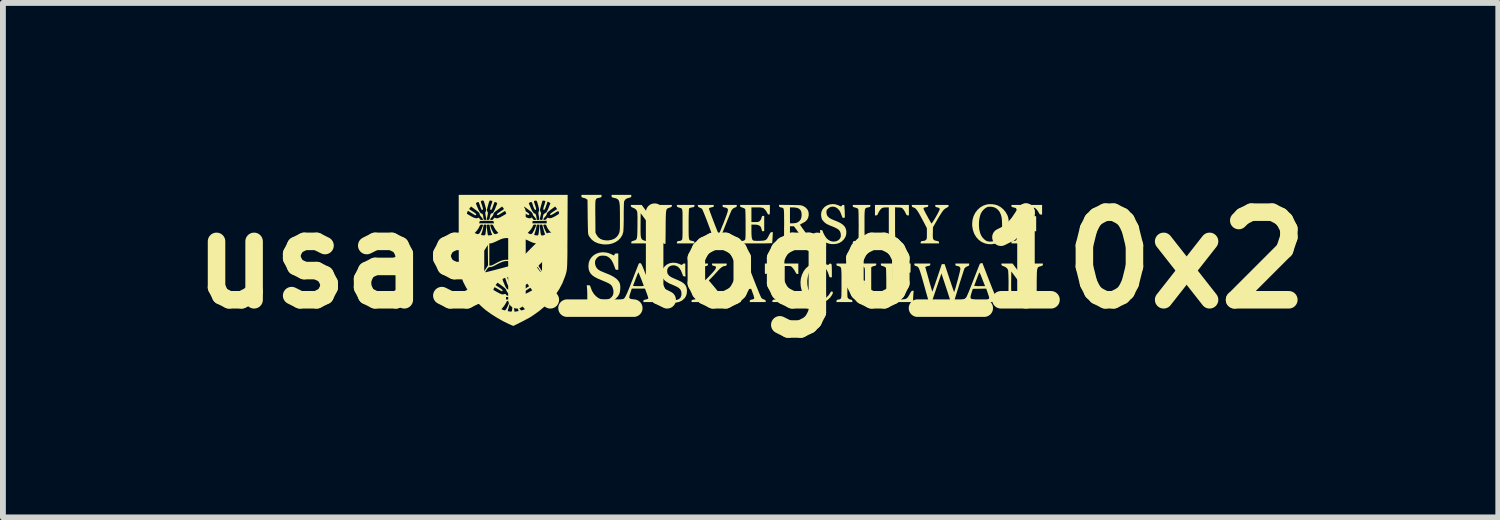
<source format=kicad_pcb>
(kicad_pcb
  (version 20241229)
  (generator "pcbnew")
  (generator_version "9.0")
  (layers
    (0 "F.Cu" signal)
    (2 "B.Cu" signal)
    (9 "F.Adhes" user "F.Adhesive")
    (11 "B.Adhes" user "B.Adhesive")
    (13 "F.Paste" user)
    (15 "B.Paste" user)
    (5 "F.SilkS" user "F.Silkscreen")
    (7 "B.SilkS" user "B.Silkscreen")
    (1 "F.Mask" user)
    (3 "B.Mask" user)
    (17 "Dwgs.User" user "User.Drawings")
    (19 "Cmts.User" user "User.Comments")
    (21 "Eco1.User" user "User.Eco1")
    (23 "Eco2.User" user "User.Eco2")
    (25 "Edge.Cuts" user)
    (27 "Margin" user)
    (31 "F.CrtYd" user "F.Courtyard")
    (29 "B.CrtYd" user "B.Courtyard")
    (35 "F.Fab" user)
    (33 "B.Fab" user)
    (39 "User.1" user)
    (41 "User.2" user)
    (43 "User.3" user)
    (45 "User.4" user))
  (footprint "usask_logo_10x2"
    (layer "F.Cu")
    (at 9.8 1.404)
    (property "Reference" "usask_logo_10x2" (at 0 0 0) (layer "F.SilkS") (effects (font (size 1.5 1.5) (thickness 0.3))))
    (attr board_only exclude_from_pos_files exclude_from_bom)
    (fp_poly (pts (xy 0.817 0.147) (xy 0.817 0.237) (xy 0.8 0.237) (xy 0.789 0.234) (xy 0.779 0.224) (xy 0.767 0.203) (xy 0.764 0.197) (xy 0.748 0.169) (xy 0.728 0.142) (xy 0.717 0.129) (xy 0.703 0.114) (xy 0.692 0.106) (xy 0.678 0.102) (xy 0.658 0.1) (xy 0.636 0.1) (xy 0.581 0.1) (xy 0.581 0.369) (xy 0.581 0.441) (xy 0.581 0.5) (xy 0.581 0.548) (xy 0.582 0.585) (xy 0.585 0.614) (xy 0.588 0.634) (xy 0.593 0.649) (xy 0.6 0.658) (xy 0.61 0.664) (xy 0.622 0.668) (xy 0.636 0.671) (xy 0.648 0.674) (xy 0.671 0.679) (xy 0.683 0.685) (xy 0.688 0.693) (xy 0.688 0.699) (xy 0.688 0.717) (xy 0.531 0.717) (xy 0.373 0.717) (xy 0.373 0.7) (xy 0.377 0.685) (xy 0.39 0.677) (xy 0.414 0.674) (xy 0.419 0.674) (xy 0.441 0.67) (xy 0.46 0.66) (xy 0.477 0.646) (xy 0.479 0.373) (xy 0.481 0.1) (xy 0.425 0.1) (xy 0.37 0.1) (xy 0.337 0.135) (xy 0.317 0.159) (xy 0.299 0.185) (xy 0.29 0.203) (xy 0.281 0.224) (xy 0.272 0.234) (xy 0.261 0.237) (xy 0.254 0.236) (xy 0.249 0.233) (xy 0.246 0.226) (xy 0.244 0.211) (xy 0.244 0.187) (xy 0.244 0.152) (xy 0.244 0.147) (xy 0.244 0.057) (xy 0.531 0.057) (xy 0.817 0.057)) (stroke (width 0) (type solid)) (fill yes) (layer "F.SilkS"))
    (fp_poly (pts (xy -0.961 -0.929) (xy -0.964 -0.916) (xy -0.977 -0.909) (xy -0.982 -0.907) (xy -1.006 -0.903) (xy -1.025 -0.899) (xy -1.043 -0.892) (xy -1.054 -0.882) (xy -1.056 -0.871) (xy -1.057 -0.847) (xy -1.059 -0.811) (xy -1.06 -0.764) (xy -1.061 -0.707) (xy -1.061 -0.641) (xy -1.061 -0.615) (xy -1.061 -0.545) (xy -1.061 -0.488) (xy -1.06 -0.443) (xy -1.059 -0.408) (xy -1.057 -0.382) (xy -1.053 -0.364) (xy -1.048 -0.351) (xy -1.041 -0.342) (xy -1.031 -0.337) (xy -1.019 -0.334) (xy -1.004 -0.331) (xy -0.998 -0.329) (xy -0.976 -0.324) (xy -0.965 -0.318) (xy -0.961 -0.309) (xy -0.961 -0.304) (xy -0.961 -0.287) (xy -1.111 -0.287) (xy -1.262 -0.287) (xy -1.262 -0.304) (xy -1.257 -0.318) (xy -1.24 -0.327) (xy -1.212 -0.33) (xy -1.211 -0.33) (xy -1.192 -0.335) (xy -1.179 -0.345) (xy -1.175 -0.35) (xy -1.172 -0.356) (xy -1.17 -0.365) (xy -1.168 -0.378) (xy -1.167 -0.398) (xy -1.166 -0.425) (xy -1.165 -0.461) (xy -1.165 -0.506) (xy -1.165 -0.564) (xy -1.165 -0.618) (xy -1.165 -0.686) (xy -1.165 -0.742) (xy -1.165 -0.786) (xy -1.166 -0.82) (xy -1.168 -0.846) (xy -1.171 -0.864) (xy -1.176 -0.877) (xy -1.183 -0.885) (xy -1.191 -0.891) (xy -1.202 -0.894) (xy -1.216 -0.898) (xy -1.224 -0.9) (xy -1.246 -0.908) (xy -1.258 -0.915) (xy -1.262 -0.925) (xy -1.262 -0.929) (xy -1.262 -0.946) (xy -1.111 -0.946) (xy -0.961 -0.946)) (stroke (width 0) (type solid)) (fill yes) (layer "F.SilkS"))
    (fp_poly (pts (xy 2.05 -0.929) (xy 2.049 -0.919) (xy 2.041 -0.912) (xy 2.025 -0.906) (xy 2.011 -0.903) (xy 1.995 -0.9) (xy 1.983 -0.897) (xy 1.973 -0.892) (xy 1.965 -0.884) (xy 1.959 -0.871) (xy 1.955 -0.853) (xy 1.953 -0.828) (xy 1.951 -0.794) (xy 1.95 -0.751) (xy 1.95 -0.696) (xy 1.95 -0.628) (xy 1.95 -0.615) (xy 1.95 -0.548) (xy 1.95 -0.495) (xy 1.951 -0.453) (xy 1.951 -0.42) (xy 1.952 -0.396) (xy 1.954 -0.379) (xy 1.955 -0.368) (xy 1.958 -0.36) (xy 1.961 -0.355) (xy 1.964 -0.351) (xy 1.982 -0.339) (xy 1.996 -0.334) (xy 2.019 -0.329) (xy 2.032 -0.326) (xy 2.047 -0.319) (xy 2.05 -0.305) (xy 2.05 -0.287) (xy 1.9 -0.287) (xy 1.749 -0.287) (xy 1.749 -0.304) (xy 1.754 -0.318) (xy 1.77 -0.327) (xy 1.798 -0.33) (xy 1.801 -0.33) (xy 1.821 -0.335) (xy 1.835 -0.344) (xy 1.839 -0.348) (xy 1.842 -0.354) (xy 1.845 -0.362) (xy 1.846 -0.375) (xy 1.848 -0.393) (xy 1.849 -0.418) (xy 1.849 -0.453) (xy 1.849 -0.497) (xy 1.85 -0.552) (xy 1.85 -0.61) (xy 1.849 -0.678) (xy 1.849 -0.738) (xy 1.848 -0.789) (xy 1.847 -0.829) (xy 1.845 -0.857) (xy 1.843 -0.872) (xy 1.843 -0.875) (xy 1.831 -0.886) (xy 1.81 -0.895) (xy 1.776 -0.905) (xy 1.769 -0.906) (xy 1.754 -0.913) (xy 1.749 -0.927) (xy 1.749 -0.929) (xy 1.749 -0.946) (xy 1.9 -0.946) (xy 2.05 -0.946)) (stroke (width 0) (type solid)) (fill yes) (layer "F.SilkS"))
    (fp_poly (pts (xy 2.71 -0.857) (xy 2.71 -0.767) (xy 2.69 -0.767) (xy 2.678 -0.769) (xy 2.669 -0.777) (xy 2.659 -0.794) (xy 2.654 -0.805) (xy 2.64 -0.833) (xy 2.622 -0.86) (xy 2.614 -0.871) (xy 2.601 -0.885) (xy 2.591 -0.894) (xy 2.578 -0.898) (xy 2.558 -0.901) (xy 2.531 -0.902) (xy 2.473 -0.905) (xy 2.473 -0.633) (xy 2.473 -0.561) (xy 2.473 -0.502) (xy 2.474 -0.455) (xy 2.475 -0.418) (xy 2.477 -0.39) (xy 2.479 -0.369) (xy 2.483 -0.355) (xy 2.489 -0.346) (xy 2.496 -0.34) (xy 2.505 -0.337) (xy 2.517 -0.335) (xy 2.524 -0.334) (xy 2.55 -0.328) (xy 2.565 -0.323) (xy 2.572 -0.316) (xy 2.574 -0.307) (xy 2.574 -0.304) (xy 2.574 -0.287) (xy 2.42 -0.287) (xy 2.265 -0.287) (xy 2.265 -0.305) (xy 2.266 -0.314) (xy 2.27 -0.32) (xy 2.28 -0.325) (xy 2.3 -0.329) (xy 2.322 -0.333) (xy 2.333 -0.335) (xy 2.342 -0.337) (xy 2.349 -0.341) (xy 2.355 -0.347) (xy 2.359 -0.359) (xy 2.362 -0.376) (xy 2.364 -0.399) (xy 2.365 -0.432) (xy 2.366 -0.474) (xy 2.366 -0.527) (xy 2.366 -0.592) (xy 2.366 -0.628) (xy 2.366 -0.903) (xy 2.319 -0.903) (xy 2.288 -0.902) (xy 2.263 -0.897) (xy 2.252 -0.893) (xy 2.234 -0.879) (xy 2.214 -0.856) (xy 2.196 -0.827) (xy 2.181 -0.799) (xy 2.178 -0.791) (xy 2.17 -0.774) (xy 2.158 -0.768) (xy 2.149 -0.767) (xy 2.129 -0.767) (xy 2.129 -0.857) (xy 2.129 -0.946) (xy 2.42 -0.946) (xy 2.71 -0.946)) (stroke (width 0) (type solid)) (fill yes) (layer "F.SilkS"))
    (fp_poly (pts (xy 4.139 -0.958) (xy 4.188 -0.95) (xy 4.223 -0.94) (xy 4.276 -0.912) (xy 4.324 -0.873) (xy 4.365 -0.825) (xy 4.396 -0.77) (xy 4.407 -0.74) (xy 4.415 -0.704) (xy 4.419 -0.66) (xy 4.42 -0.612) (xy 4.418 -0.564) (xy 4.413 -0.521) (xy 4.407 -0.494) (xy 4.382 -0.434) (xy 4.346 -0.383) (xy 4.3 -0.34) (xy 4.248 -0.307) (xy 4.19 -0.284) (xy 4.129 -0.273) (xy 4.066 -0.275) (xy 4.012 -0.287) (xy 3.954 -0.312) (xy 3.903 -0.35) (xy 3.861 -0.397) (xy 3.828 -0.453) (xy 3.806 -0.516) (xy 3.794 -0.585) (xy 3.794 -0.59) (xy 3.909 -0.59) (xy 3.915 -0.524) (xy 3.93 -0.464) (xy 3.947 -0.423) (xy 3.969 -0.389) (xy 3.998 -0.358) (xy 4.03 -0.334) (xy 4.048 -0.326) (xy 4.085 -0.318) (xy 4.128 -0.319) (xy 4.17 -0.328) (xy 4.189 -0.336) (xy 4.226 -0.362) (xy 4.257 -0.4) (xy 4.283 -0.45) (xy 4.289 -0.466) (xy 4.296 -0.487) (xy 4.3 -0.508) (xy 4.303 -0.532) (xy 4.305 -0.562) (xy 4.305 -0.603) (xy 4.305 -0.613) (xy 4.303 -0.679) (xy 4.297 -0.733) (xy 4.285 -0.778) (xy 4.268 -0.817) (xy 4.251 -0.844) (xy 4.217 -0.879) (xy 4.175 -0.903) (xy 4.128 -0.915) (xy 4.079 -0.915) (xy 4.058 -0.911) (xy 4.026 -0.896) (xy 3.994 -0.87) (xy 3.965 -0.838) (xy 3.943 -0.801) (xy 3.937 -0.787) (xy 3.919 -0.725) (xy 3.91 -0.658) (xy 3.909 -0.59) (xy 3.794 -0.59) (xy 3.793 -0.62) (xy 3.799 -0.689) (xy 3.817 -0.753) (xy 3.846 -0.811) (xy 3.885 -0.862) (xy 3.932 -0.904) (xy 3.986 -0.935) (xy 4.045 -0.954) (xy 4.089 -0.959)) (stroke (width 0) (type solid)) (fill yes) (layer "F.SilkS"))
    (fp_poly (pts (xy 1.253 0.055) (xy 1.286 0.067) (xy 1.309 0.077) (xy 1.322 0.082) (xy 1.33 0.081) (xy 1.336 0.075) (xy 1.338 0.072) (xy 1.353 0.06) (xy 1.369 0.058) (xy 1.382 0.065) (xy 1.386 0.073) (xy 1.388 0.086) (xy 1.389 0.11) (xy 1.39 0.143) (xy 1.391 0.18) (xy 1.391 0.192) (xy 1.391 0.294) (xy 1.37 0.294) (xy 1.357 0.292) (xy 1.349 0.285) (xy 1.343 0.268) (xy 1.342 0.263) (xy 1.324 0.211) (xy 1.301 0.165) (xy 1.272 0.128) (xy 1.24 0.101) (xy 1.232 0.096) (xy 1.207 0.089) (xy 1.174 0.086) (xy 1.139 0.089) (xy 1.108 0.096) (xy 1.1 0.099) (xy 1.068 0.121) (xy 1.036 0.152) (xy 1.01 0.19) (xy 0.997 0.219) (xy 0.979 0.284) (xy 0.97 0.351) (xy 0.972 0.418) (xy 0.983 0.482) (xy 1.002 0.541) (xy 1.031 0.592) (xy 1.043 0.608) (xy 1.079 0.64) (xy 1.122 0.662) (xy 1.169 0.673) (xy 1.217 0.672) (xy 1.259 0.66) (xy 1.301 0.635) (xy 1.338 0.599) (xy 1.362 0.562) (xy 1.373 0.543) (xy 1.383 0.536) (xy 1.392 0.536) (xy 1.405 0.543) (xy 1.409 0.555) (xy 1.404 0.574) (xy 1.394 0.595) (xy 1.362 0.64) (xy 1.322 0.678) (xy 1.277 0.706) (xy 1.25 0.717) (xy 1.205 0.726) (xy 1.157 0.73) (xy 1.11 0.729) (xy 1.085 0.724) (xy 1.029 0.704) (xy 0.979 0.672) (xy 0.936 0.629) (xy 0.9 0.577) (xy 0.874 0.518) (xy 0.859 0.454) (xy 0.854 0.381) (xy 0.861 0.312) (xy 0.88 0.248) (xy 0.908 0.19) (xy 0.946 0.14) (xy 0.992 0.099) (xy 1.046 0.068) (xy 1.077 0.056) (xy 1.135 0.045) (xy 1.196 0.044)) (stroke (width 0) (type solid)) (fill yes) (layer "F.SilkS"))
    (fp_poly (pts (xy -0.631 -0.929) (xy -0.633 -0.917) (xy -0.643 -0.91) (xy -0.658 -0.907) (xy -0.689 -0.9) (xy -0.708 -0.891) (xy -0.714 -0.882) (xy -0.714 -0.88) (xy -0.705 -0.856) (xy -0.694 -0.823) (xy -0.679 -0.784) (xy -0.663 -0.74) (xy -0.645 -0.693) (xy -0.627 -0.646) (xy -0.609 -0.599) (xy -0.592 -0.556) (xy -0.576 -0.516) (xy -0.563 -0.484) (xy -0.552 -0.459) (xy -0.546 -0.445) (xy -0.544 -0.443) (xy -0.539 -0.451) (xy -0.531 -0.471) (xy -0.519 -0.499) (xy -0.504 -0.535) (xy -0.488 -0.576) (xy -0.47 -0.619) (xy -0.453 -0.663) (xy -0.436 -0.706) (xy -0.422 -0.745) (xy -0.411 -0.773) (xy -0.398 -0.813) (xy -0.39 -0.843) (xy -0.388 -0.864) (xy -0.392 -0.878) (xy -0.402 -0.889) (xy -0.408 -0.892) (xy -0.427 -0.9) (xy -0.444 -0.903) (xy -0.467 -0.907) (xy -0.479 -0.919) (xy -0.48 -0.929) (xy -0.48 -0.946) (xy -0.358 -0.946) (xy -0.237 -0.946) (xy -0.237 -0.929) (xy -0.24 -0.916) (xy -0.252 -0.907) (xy -0.263 -0.903) (xy -0.295 -0.888) (xy -0.318 -0.866) (xy -0.328 -0.85) (xy -0.333 -0.838) (xy -0.343 -0.815) (xy -0.357 -0.782) (xy -0.374 -0.74) (xy -0.394 -0.691) (xy -0.416 -0.636) (xy -0.439 -0.578) (xy -0.448 -0.556) (xy -0.475 -0.488) (xy -0.497 -0.433) (xy -0.515 -0.389) (xy -0.529 -0.354) (xy -0.541 -0.328) (xy -0.55 -0.309) (xy -0.557 -0.296) (xy -0.563 -0.288) (xy -0.568 -0.284) (xy -0.573 -0.282) (xy -0.578 -0.281) (xy -0.6 -0.279) (xy -0.709 -0.573) (xy -0.732 -0.634) (xy -0.754 -0.693) (xy -0.775 -0.745) (xy -0.793 -0.791) (xy -0.809 -0.829) (xy -0.821 -0.857) (xy -0.829 -0.874) (xy -0.832 -0.878) (xy -0.847 -0.889) (xy -0.869 -0.898) (xy -0.872 -0.9) (xy -0.892 -0.909) (xy -0.9 -0.921) (xy -0.902 -0.928) (xy -0.904 -0.946) (xy -0.768 -0.946) (xy -0.631 -0.946)) (stroke (width 0) (type solid)) (fill yes) (layer "F.SilkS"))
    (fp_poly (pts (xy 4.99 -0.864) (xy 4.99 -0.781) (xy 4.969 -0.781) (xy 4.954 -0.784) (xy 4.943 -0.796) (xy 4.937 -0.807) (xy 4.917 -0.842) (xy 4.894 -0.871) (xy 4.872 -0.89) (xy 4.867 -0.893) (xy 4.851 -0.898) (xy 4.827 -0.901) (xy 4.791 -0.903) (xy 4.757 -0.903) (xy 4.667 -0.903) (xy 4.667 -0.774) (xy 4.667 -0.645) (xy 4.717 -0.645) (xy 4.76 -0.648) (xy 4.791 -0.655) (xy 4.814 -0.67) (xy 4.83 -0.692) (xy 4.832 -0.697) (xy 4.84 -0.718) (xy 4.846 -0.736) (xy 4.846 -0.74) (xy 4.851 -0.75) (xy 4.866 -0.753) (xy 4.868 -0.753) (xy 4.889 -0.753) (xy 4.889 -0.624) (xy 4.889 -0.495) (xy 4.869 -0.495) (xy 4.857 -0.496) (xy 4.849 -0.503) (xy 4.843 -0.518) (xy 4.84 -0.53) (xy 4.825 -0.565) (xy 4.809 -0.584) (xy 4.797 -0.593) (xy 4.784 -0.599) (xy 4.767 -0.601) (xy 4.74 -0.602) (xy 4.727 -0.602) (xy 4.667 -0.602) (xy 4.667 -0.481) (xy 4.667 -0.433) (xy 4.668 -0.397) (xy 4.671 -0.372) (xy 4.675 -0.355) (xy 4.682 -0.344) (xy 4.691 -0.338) (xy 4.705 -0.334) (xy 4.707 -0.333) (xy 4.729 -0.329) (xy 4.742 -0.326) (xy 4.756 -0.319) (xy 4.76 -0.305) (xy 4.76 -0.287) (xy 4.613 -0.287) (xy 4.466 -0.287) (xy 4.466 -0.304) (xy 4.471 -0.318) (xy 4.488 -0.327) (xy 4.516 -0.33) (xy 4.517 -0.33) (xy 4.536 -0.335) (xy 4.548 -0.343) (xy 4.551 -0.348) (xy 4.553 -0.355) (xy 4.555 -0.366) (xy 4.557 -0.384) (xy 4.558 -0.408) (xy 4.559 -0.44) (xy 4.559 -0.482) (xy 4.559 -0.536) (xy 4.56 -0.602) (xy 4.56 -0.614) (xy 4.56 -0.684) (xy 4.559 -0.741) (xy 4.559 -0.787) (xy 4.558 -0.822) (xy 4.556 -0.848) (xy 4.553 -0.867) (xy 4.549 -0.88) (xy 4.543 -0.889) (xy 4.536 -0.894) (xy 4.526 -0.897) (xy 4.515 -0.899) (xy 4.513 -0.9) (xy 4.488 -0.906) (xy 4.474 -0.911) (xy 4.468 -0.917) (xy 4.466 -0.927) (xy 4.466 -0.929) (xy 4.466 -0.946) (xy 4.728 -0.946) (xy 4.99 -0.946)) (stroke (width 0) (type solid)) (fill yes) (layer "F.SilkS"))
    (fp_poly (pts (xy 4.666 0.302) (xy 4.846 0.546) (xy 4.846 0.359) (xy 4.846 0.294) (xy 4.845 0.241) (xy 4.844 0.2) (xy 4.84 0.169) (xy 4.835 0.146) (xy 4.827 0.129) (xy 4.816 0.118) (xy 4.803 0.111) (xy 4.785 0.105) (xy 4.77 0.102) (xy 4.751 0.096) (xy 4.742 0.087) (xy 4.74 0.077) (xy 4.738 0.057) (xy 4.871 0.057) (xy 5.004 0.057) (xy 5.004 0.075) (xy 5.002 0.085) (xy 4.994 0.093) (xy 4.977 0.1) (xy 4.965 0.104) (xy 4.949 0.108) (xy 4.937 0.112) (xy 4.926 0.118) (xy 4.918 0.126) (xy 4.912 0.138) (xy 4.907 0.155) (xy 4.904 0.179) (xy 4.901 0.21) (xy 4.9 0.251) (xy 4.899 0.302) (xy 4.898 0.364) (xy 4.898 0.439) (xy 4.896 0.724) (xy 4.876 0.724) (xy 4.87 0.723) (xy 4.864 0.72) (xy 4.856 0.713) (xy 4.845 0.702) (xy 4.831 0.685) (xy 4.812 0.662) (xy 4.789 0.632) (xy 4.76 0.594) (xy 4.725 0.546) (xy 4.682 0.489) (xy 4.659 0.458) (xy 4.463 0.193) (xy 4.461 0.363) (xy 4.46 0.437) (xy 4.461 0.498) (xy 4.464 0.547) (xy 4.467 0.585) (xy 4.472 0.614) (xy 4.479 0.634) (xy 4.483 0.641) (xy 4.499 0.655) (xy 4.528 0.667) (xy 4.537 0.67) (xy 4.562 0.677) (xy 4.575 0.684) (xy 4.58 0.691) (xy 4.581 0.699) (xy 4.581 0.717) (xy 4.444 0.717) (xy 4.308 0.717) (xy 4.31 0.698) (xy 4.313 0.685) (xy 4.323 0.677) (xy 4.341 0.671) (xy 4.347 0.669) (xy 4.375 0.661) (xy 4.392 0.65) (xy 4.402 0.632) (xy 4.409 0.604) (xy 4.409 0.603) (xy 4.411 0.582) (xy 4.413 0.55) (xy 4.415 0.51) (xy 4.415 0.464) (xy 4.416 0.414) (xy 4.416 0.363) (xy 4.415 0.313) (xy 4.414 0.266) (xy 4.412 0.226) (xy 4.41 0.193) (xy 4.408 0.171) (xy 4.406 0.165) (xy 4.39 0.139) (xy 4.362 0.117) (xy 4.326 0.101) (xy 4.322 0.1) (xy 4.303 0.093) (xy 4.296 0.084) (xy 4.294 0.075) (xy 4.294 0.057) (xy 4.39 0.057) (xy 4.485 0.057)) (stroke (width 0) (type solid)) (fill yes) (layer "F.SilkS"))
    (fp_poly (pts (xy -1.683 -0.701) (xy -1.502 -0.456) (xy -1.5 -0.624) (xy -1.5 -0.691) (xy -1.5 -0.745) (xy -1.502 -0.788) (xy -1.505 -0.821) (xy -1.51 -0.846) (xy -1.517 -0.864) (xy -1.525 -0.876) (xy -1.525 -0.876) (xy -1.538 -0.886) (xy -1.56 -0.895) (xy -1.575 -0.9) (xy -1.597 -0.908) (xy -1.609 -0.915) (xy -1.613 -0.924) (xy -1.613 -0.929) (xy -1.613 -0.946) (xy -1.48 -0.946) (xy -1.348 -0.946) (xy -1.348 -0.929) (xy -1.35 -0.919) (xy -1.358 -0.911) (xy -1.376 -0.903) (xy -1.389 -0.899) (xy -1.404 -0.894) (xy -1.416 -0.889) (xy -1.426 -0.883) (xy -1.434 -0.875) (xy -1.44 -0.862) (xy -1.445 -0.844) (xy -1.448 -0.82) (xy -1.45 -0.788) (xy -1.452 -0.746) (xy -1.453 -0.695) (xy -1.454 -0.631) (xy -1.454 -0.561) (xy -1.457 -0.28) (xy -1.476 -0.28) (xy -1.481 -0.281) (xy -1.488 -0.285) (xy -1.497 -0.293) (xy -1.508 -0.305) (xy -1.523 -0.323) (xy -1.543 -0.348) (xy -1.568 -0.381) (xy -1.599 -0.422) (xy -1.637 -0.473) (xy -1.682 -0.534) (xy -1.688 -0.542) (xy -1.882 -0.804) (xy -1.884 -0.608) (xy -1.884 -0.541) (xy -1.884 -0.487) (xy -1.883 -0.444) (xy -1.88 -0.41) (xy -1.875 -0.385) (xy -1.868 -0.367) (xy -1.858 -0.354) (xy -1.844 -0.345) (xy -1.827 -0.338) (xy -1.805 -0.331) (xy -1.8 -0.33) (xy -1.781 -0.323) (xy -1.772 -0.315) (xy -1.771 -0.304) (xy -1.771 -0.287) (xy -1.907 -0.287) (xy -2.043 -0.287) (xy -2.043 -0.304) (xy -2.041 -0.315) (xy -2.033 -0.322) (xy -2.016 -0.329) (xy -2.004 -0.333) (xy -1.987 -0.338) (xy -1.973 -0.343) (xy -1.962 -0.35) (xy -1.954 -0.361) (xy -1.948 -0.376) (xy -1.944 -0.397) (xy -1.941 -0.426) (xy -1.939 -0.464) (xy -1.938 -0.513) (xy -1.937 -0.574) (xy -1.937 -0.599) (xy -1.937 -0.664) (xy -1.936 -0.715) (xy -1.937 -0.755) (xy -1.938 -0.786) (xy -1.939 -0.809) (xy -1.941 -0.825) (xy -1.944 -0.837) (xy -1.945 -0.841) (xy -1.961 -0.866) (xy -1.987 -0.886) (xy -2.02 -0.9) (xy -2.039 -0.909) (xy -2.048 -0.921) (xy -2.049 -0.928) (xy -2.051 -0.946) (xy -1.958 -0.946) (xy -1.865 -0.946)) (stroke (width 0) (type solid)) (fill yes) (layer "F.SilkS"))
    (fp_poly (pts (xy 3.04 -0.929) (xy 3.038 -0.918) (xy 3.03 -0.912) (xy 3.012 -0.908) (xy 3.006 -0.907) (xy 2.978 -0.902) (xy 2.964 -0.895) (xy 2.96 -0.883) (xy 2.966 -0.864) (xy 2.973 -0.851) (xy 2.986 -0.825) (xy 3.002 -0.794) (xy 3.021 -0.76) (xy 3.039 -0.726) (xy 3.058 -0.693) (xy 3.074 -0.665) (xy 3.086 -0.643) (xy 3.094 -0.63) (xy 3.096 -0.628) (xy 3.102 -0.632) (xy 3.113 -0.647) (xy 3.129 -0.67) (xy 3.146 -0.698) (xy 3.166 -0.731) (xy 3.185 -0.764) (xy 3.203 -0.797) (xy 3.218 -0.826) (xy 3.23 -0.85) (xy 3.236 -0.866) (xy 3.237 -0.871) (xy 3.235 -0.884) (xy 3.229 -0.892) (xy 3.215 -0.899) (xy 3.19 -0.905) (xy 3.181 -0.907) (xy 3.166 -0.913) (xy 3.162 -0.926) (xy 3.162 -0.929) (xy 3.162 -0.946) (xy 3.276 -0.946) (xy 3.319 -0.946) (xy 3.35 -0.946) (xy 3.37 -0.945) (xy 3.382 -0.943) (xy 3.388 -0.94) (xy 3.391 -0.936) (xy 3.391 -0.93) (xy 3.388 -0.919) (xy 3.376 -0.908) (xy 3.355 -0.897) (xy 3.337 -0.887) (xy 3.319 -0.873) (xy 3.3 -0.854) (xy 3.28 -0.828) (xy 3.257 -0.793) (xy 3.229 -0.749) (xy 3.197 -0.694) (xy 3.187 -0.676) (xy 3.122 -0.564) (xy 3.12 -0.465) (xy 3.119 -0.421) (xy 3.12 -0.389) (xy 3.124 -0.366) (xy 3.133 -0.351) (xy 3.146 -0.341) (xy 3.166 -0.334) (xy 3.186 -0.33) (xy 3.209 -0.324) (xy 3.221 -0.319) (xy 3.226 -0.311) (xy 3.226 -0.304) (xy 3.226 -0.287) (xy 3.068 -0.287) (xy 2.911 -0.287) (xy 2.911 -0.304) (xy 2.916 -0.318) (xy 2.931 -0.327) (xy 2.959 -0.33) (xy 2.963 -0.33) (xy 2.984 -0.335) (xy 3.001 -0.347) (xy 3.008 -0.355) (xy 3.013 -0.364) (xy 3.016 -0.376) (xy 3.017 -0.395) (xy 3.018 -0.422) (xy 3.018 -0.456) (xy 3.018 -0.547) (xy 2.964 -0.652) (xy 2.931 -0.713) (xy 2.904 -0.763) (xy 2.882 -0.803) (xy 2.863 -0.834) (xy 2.847 -0.857) (xy 2.833 -0.874) (xy 2.82 -0.887) (xy 2.807 -0.895) (xy 2.793 -0.901) (xy 2.787 -0.903) (xy 2.769 -0.911) (xy 2.761 -0.921) (xy 2.76 -0.929) (xy 2.76 -0.946) (xy 2.9 -0.946) (xy 3.04 -0.946)) (stroke (width 0) (type solid)) (fill yes) (layer "F.SilkS"))
    (fp_poly (pts (xy 4.082 0.343) (xy 4.11 0.415) (xy 4.135 0.479) (xy 4.158 0.534) (xy 4.177 0.58) (xy 4.192 0.615) (xy 4.204 0.639) (xy 4.211 0.651) (xy 4.211 0.651) (xy 4.229 0.663) (xy 4.251 0.672) (xy 4.251 0.672) (xy 4.269 0.679) (xy 4.277 0.69) (xy 4.279 0.698) (xy 4.281 0.717) (xy 4.144 0.717) (xy 4.008 0.717) (xy 4.008 0.699) (xy 4.011 0.685) (xy 4.025 0.678) (xy 4.027 0.677) (xy 4.057 0.67) (xy 4.075 0.663) (xy 4.084 0.654) (xy 4.085 0.651) (xy 4.084 0.64) (xy 4.078 0.618) (xy 4.069 0.59) (xy 4.06 0.563) (xy 4.033 0.487) (xy 3.919 0.489) (xy 3.804 0.491) (xy 3.784 0.552) (xy 3.772 0.593) (xy 3.765 0.623) (xy 3.765 0.643) (xy 3.771 0.656) (xy 3.773 0.658) (xy 3.785 0.664) (xy 3.806 0.671) (xy 3.82 0.674) (xy 3.842 0.68) (xy 3.853 0.686) (xy 3.857 0.695) (xy 3.857 0.7) (xy 3.857 0.717) (xy 3.731 0.717) (xy 3.606 0.717) (xy 3.606 0.699) (xy 3.607 0.687) (xy 3.613 0.68) (xy 3.627 0.675) (xy 3.643 0.671) (xy 3.661 0.663) (xy 3.68 0.649) (xy 3.683 0.646) (xy 3.687 0.641) (xy 3.692 0.634) (xy 3.698 0.625) (xy 3.704 0.611) (xy 3.713 0.593) (xy 3.723 0.57) (xy 3.736 0.539) (xy 3.751 0.502) (xy 3.769 0.456) (xy 3.776 0.439) (xy 3.828 0.439) (xy 3.835 0.441) (xy 3.853 0.443) (xy 3.881 0.444) (xy 3.915 0.444) (xy 3.922 0.444) (xy 4.015 0.444) (xy 4.005 0.421) (xy 3.999 0.406) (xy 3.989 0.381) (xy 3.976 0.349) (xy 3.962 0.312) (xy 3.957 0.299) (xy 3.941 0.258) (xy 3.929 0.231) (xy 3.92 0.215) (xy 3.915 0.211) (xy 3.914 0.213) (xy 3.909 0.224) (xy 3.901 0.245) (xy 3.889 0.275) (xy 3.876 0.31) (xy 3.868 0.33) (xy 3.855 0.366) (xy 3.843 0.397) (xy 3.834 0.421) (xy 3.829 0.436) (xy 3.828 0.439) (xy 3.776 0.439) (xy 3.791 0.4) (xy 3.817 0.334) (xy 3.847 0.257) (xy 3.882 0.168) (xy 3.893 0.14) (xy 3.907 0.104) (xy 3.917 0.08) (xy 3.925 0.065) (xy 3.932 0.057) (xy 3.94 0.053) (xy 3.947 0.052) (xy 3.969 0.05)) (stroke (width 0) (type solid)) (fill yes) (layer "F.SilkS"))
    (fp_poly (pts (xy 2.739 0.136) (xy 2.738 0.171) (xy 2.738 0.193) (xy 2.736 0.206) (xy 2.733 0.213) (xy 2.727 0.215) (xy 2.721 0.215) (xy 2.709 0.212) (xy 2.697 0.2) (xy 2.683 0.178) (xy 2.683 0.177) (xy 2.667 0.15) (xy 2.653 0.131) (xy 2.637 0.118) (xy 2.618 0.109) (xy 2.593 0.105) (xy 2.558 0.103) (xy 2.523 0.102) (xy 2.423 0.099) (xy 2.423 0.225) (xy 2.423 0.351) (xy 2.484 0.351) (xy 2.514 0.351) (xy 2.535 0.349) (xy 2.549 0.345) (xy 2.561 0.337) (xy 2.565 0.333) (xy 2.586 0.307) (xy 2.596 0.279) (xy 2.602 0.258) (xy 2.608 0.248) (xy 2.617 0.245) (xy 2.624 0.245) (xy 2.642 0.247) (xy 2.642 0.376) (xy 2.642 0.505) (xy 2.623 0.508) (xy 2.61 0.507) (xy 2.603 0.5) (xy 2.599 0.483) (xy 2.589 0.447) (xy 2.573 0.422) (xy 2.548 0.405) (xy 2.514 0.397) (xy 2.474 0.394) (xy 2.423 0.394) (xy 2.423 0.5) (xy 2.424 0.553) (xy 2.426 0.594) (xy 2.43 0.624) (xy 2.436 0.645) (xy 2.444 0.659) (xy 2.455 0.667) (xy 2.458 0.668) (xy 2.472 0.67) (xy 2.498 0.672) (xy 2.531 0.673) (xy 2.564 0.673) (xy 2.607 0.671) (xy 2.639 0.667) (xy 2.663 0.66) (xy 2.681 0.647) (xy 2.697 0.627) (xy 2.715 0.597) (xy 2.723 0.582) (xy 2.738 0.554) (xy 2.75 0.536) (xy 2.759 0.527) (xy 2.769 0.524) (xy 2.772 0.523) (xy 2.791 0.523) (xy 2.786 0.589) (xy 2.784 0.623) (xy 2.782 0.655) (xy 2.782 0.68) (xy 2.782 0.686) (xy 2.782 0.717) (xy 2.506 0.717) (xy 2.23 0.717) (xy 2.23 0.7) (xy 2.234 0.685) (xy 2.248 0.676) (xy 2.273 0.674) (xy 2.294 0.669) (xy 2.308 0.66) (xy 2.312 0.655) (xy 2.315 0.65) (xy 2.318 0.641) (xy 2.32 0.629) (xy 2.321 0.611) (xy 2.322 0.585) (xy 2.322 0.551) (xy 2.323 0.507) (xy 2.323 0.451) (xy 2.323 0.394) (xy 2.323 0.329) (xy 2.322 0.271) (xy 2.321 0.221) (xy 2.32 0.181) (xy 2.319 0.151) (xy 2.317 0.133) (xy 2.316 0.13) (xy 2.301 0.116) (xy 2.273 0.104) (xy 2.249 0.097) (xy 2.234 0.091) (xy 2.23 0.077) (xy 2.23 0.075) (xy 2.23 0.057) (xy 2.484 0.057) (xy 2.739 0.057)) (stroke (width 0) (type solid)) (fill yes) (layer "F.SilkS"))
    (fp_poly (pts (xy -1.283 0.046) (xy -1.229 0.061) (xy -1.216 0.067) (xy -1.194 0.077) (xy -1.181 0.081) (xy -1.173 0.08) (xy -1.168 0.074) (xy -1.167 0.071) (xy -1.152 0.06) (xy -1.138 0.057) (xy -1.118 0.057) (xy -1.118 0.157) (xy -1.118 0.194) (xy -1.117 0.227) (xy -1.116 0.252) (xy -1.114 0.267) (xy -1.114 0.269) (xy -1.113 0.277) (xy -1.122 0.279) (xy -1.133 0.278) (xy -1.146 0.276) (xy -1.155 0.269) (xy -1.162 0.256) (xy -1.169 0.235) (xy -1.191 0.18) (xy -1.219 0.137) (xy -1.252 0.107) (xy -1.292 0.091) (xy -1.311 0.088) (xy -1.348 0.09) (xy -1.38 0.101) (xy -1.406 0.121) (xy -1.422 0.147) (xy -1.427 0.165) (xy -1.428 0.198) (xy -1.424 0.223) (xy -1.413 0.243) (xy -1.402 0.257) (xy -1.39 0.269) (xy -1.376 0.28) (xy -1.358 0.291) (xy -1.333 0.303) (xy -1.3 0.318) (xy -1.256 0.337) (xy -1.239 0.344) (xy -1.185 0.37) (xy -1.144 0.398) (xy -1.115 0.429) (xy -1.098 0.466) (xy -1.09 0.508) (xy -1.09 0.523) (xy -1.093 0.57) (xy -1.103 0.607) (xy -1.122 0.641) (xy -1.134 0.656) (xy -1.175 0.692) (xy -1.223 0.715) (xy -1.28 0.727) (xy -1.292 0.728) (xy -1.322 0.728) (xy -1.351 0.727) (xy -1.371 0.724) (xy -1.394 0.717) (xy -1.422 0.707) (xy -1.435 0.701) (xy -1.472 0.685) (xy -1.482 0.701) (xy -1.499 0.715) (xy -1.514 0.717) (xy -1.534 0.717) (xy -1.534 0.614) (xy -1.534 0.576) (xy -1.535 0.542) (xy -1.536 0.517) (xy -1.538 0.501) (xy -1.539 0.499) (xy -1.538 0.491) (xy -1.528 0.488) (xy -1.52 0.487) (xy -1.501 0.491) (xy -1.494 0.5) (xy -1.472 0.557) (xy -1.447 0.601) (xy -1.432 0.62) (xy -1.396 0.654) (xy -1.359 0.674) (xy -1.316 0.683) (xy -1.301 0.684) (xy -1.257 0.679) (xy -1.223 0.664) (xy -1.199 0.64) (xy -1.186 0.605) (xy -1.183 0.575) (xy -1.186 0.541) (xy -1.196 0.513) (xy -1.214 0.489) (xy -1.241 0.467) (xy -1.281 0.446) (xy -1.327 0.426) (xy -1.388 0.4) (xy -1.435 0.374) (xy -1.471 0.347) (xy -1.496 0.317) (xy -1.512 0.284) (xy -1.519 0.246) (xy -1.52 0.226) (xy -1.515 0.183) (xy -1.501 0.146) (xy -1.474 0.11) (xy -1.473 0.109) (xy -1.434 0.075) (xy -1.388 0.053) (xy -1.337 0.044)) (stroke (width 0) (type solid)) (fill yes) (layer "F.SilkS"))
    (fp_poly (pts (xy 3.076 0.075) (xy 3.073 0.087) (xy 3.063 0.094) (xy 3.049 0.097) (xy 3.018 0.104) (xy 2.998 0.112) (xy 2.991 0.121) (xy 2.991 0.124) (xy 2.994 0.133) (xy 3 0.154) (xy 3.008 0.185) (xy 3.02 0.224) (xy 3.033 0.27) (xy 3.047 0.321) (xy 3.051 0.335) (xy 3.065 0.386) (xy 3.079 0.433) (xy 3.091 0.473) (xy 3.1 0.505) (xy 3.107 0.527) (xy 3.111 0.537) (xy 3.111 0.538) (xy 3.114 0.531) (xy 3.121 0.513) (xy 3.132 0.483) (xy 3.145 0.445) (xy 3.161 0.4) (xy 3.178 0.349) (xy 3.194 0.303) (xy 3.273 0.068) (xy 3.297 0.068) (xy 3.322 0.068) (xy 3.401 0.306) (xy 3.42 0.362) (xy 3.437 0.413) (xy 3.452 0.458) (xy 3.465 0.495) (xy 3.475 0.523) (xy 3.482 0.54) (xy 3.484 0.545) (xy 3.488 0.538) (xy 3.494 0.52) (xy 3.503 0.492) (xy 3.514 0.456) (xy 3.525 0.415) (xy 3.537 0.37) (xy 3.55 0.325) (xy 3.561 0.28) (xy 3.572 0.238) (xy 3.581 0.202) (xy 3.587 0.172) (xy 3.591 0.152) (xy 3.592 0.146) (xy 3.585 0.123) (xy 3.568 0.106) (xy 3.544 0.1) (xy 3.544 0.1) (xy 3.52 0.097) (xy 3.508 0.086) (xy 3.506 0.075) (xy 3.506 0.057) (xy 3.624 0.057) (xy 3.742 0.057) (xy 3.742 0.075) (xy 3.738 0.092) (xy 3.73 0.097) (xy 3.7 0.11) (xy 3.676 0.125) (xy 3.664 0.138) (xy 3.659 0.148) (xy 3.651 0.171) (xy 3.64 0.204) (xy 3.627 0.246) (xy 3.611 0.295) (xy 3.593 0.351) (xy 3.574 0.411) (xy 3.566 0.437) (xy 3.479 0.72) (xy 3.455 0.722) (xy 3.43 0.724) (xy 3.349 0.475) (xy 3.267 0.227) (xy 3.183 0.474) (xy 3.1 0.72) (xy 3.078 0.723) (xy 3.062 0.722) (xy 3.053 0.715) (xy 3.048 0.701) (xy 3.044 0.689) (xy 3.037 0.665) (xy 3.027 0.63) (xy 3.015 0.587) (xy 3 0.536) (xy 2.985 0.48) (xy 2.968 0.42) (xy 2.965 0.409) (xy 2.945 0.338) (xy 2.928 0.279) (xy 2.913 0.231) (xy 2.901 0.193) (xy 2.891 0.164) (xy 2.882 0.142) (xy 2.873 0.126) (xy 2.864 0.116) (xy 2.854 0.109) (xy 2.844 0.104) (xy 2.831 0.1) (xy 2.83 0.1) (xy 2.812 0.093) (xy 2.804 0.084) (xy 2.803 0.075) (xy 2.803 0.057) (xy 2.939 0.057) (xy 3.076 0.057)) (stroke (width 0) (type solid)) (fill yes) (layer "F.SilkS"))
    (fp_poly (pts (xy -2.552 -1.097) (xy -2.553 -1.085) (xy -2.559 -1.078) (xy -2.572 -1.073) (xy -2.592 -1.068) (xy -2.609 -1.065) (xy -2.623 -1.062) (xy -2.634 -1.057) (xy -2.642 -1.051) (xy -2.649 -1.04) (xy -2.654 -1.024) (xy -2.657 -1.002) (xy -2.658 -0.972) (xy -2.659 -0.933) (xy -2.659 -0.884) (xy -2.659 -0.823) (xy -2.658 -0.751) (xy -2.656 -0.47) (xy -2.636 -0.432) (xy -2.608 -0.392) (xy -2.57 -0.363) (xy -2.523 -0.345) (xy -2.467 -0.338) (xy -2.429 -0.339) (xy -2.373 -0.35) (xy -2.325 -0.371) (xy -2.287 -0.403) (xy -2.259 -0.445) (xy -2.251 -0.464) (xy -2.247 -0.475) (xy -2.244 -0.488) (xy -2.241 -0.502) (xy -2.24 -0.521) (xy -2.238 -0.545) (xy -2.237 -0.577) (xy -2.237 -0.618) (xy -2.237 -0.67) (xy -2.237 -0.73) (xy -2.237 -0.806) (xy -2.238 -0.868) (xy -2.239 -0.919) (xy -2.242 -0.959) (xy -2.247 -0.991) (xy -2.254 -1.015) (xy -2.264 -1.032) (xy -2.277 -1.045) (xy -2.293 -1.054) (xy -2.313 -1.061) (xy -2.338 -1.067) (xy -2.341 -1.068) (xy -2.363 -1.073) (xy -2.375 -1.079) (xy -2.379 -1.087) (xy -2.38 -1.097) (xy -2.38 -1.118) (xy -2.212 -1.118) (xy -2.043 -1.118) (xy -2.043 -1.097) (xy -2.044 -1.085) (xy -2.05 -1.078) (xy -2.063 -1.073) (xy -2.082 -1.068) (xy -2.12 -1.056) (xy -2.146 -1.038) (xy -2.162 -1.013) (xy -2.165 -1.005) (xy -2.167 -0.991) (xy -2.169 -0.963) (xy -2.17 -0.925) (xy -2.171 -0.877) (xy -2.172 -0.821) (xy -2.172 -0.758) (xy -2.172 -0.752) (xy -2.172 -0.691) (xy -2.173 -0.634) (xy -2.174 -0.583) (xy -2.176 -0.54) (xy -2.178 -0.507) (xy -2.179 -0.486) (xy -2.18 -0.483) (xy -2.196 -0.43) (xy -2.225 -0.383) (xy -2.264 -0.342) (xy -2.311 -0.31) (xy -2.367 -0.286) (xy -2.428 -0.272) (xy -2.494 -0.269) (xy -2.541 -0.273) (xy -2.61 -0.288) (xy -2.668 -0.313) (xy -2.717 -0.349) (xy -2.755 -0.395) (xy -2.769 -0.418) (xy -2.773 -0.426) (xy -2.776 -0.434) (xy -2.779 -0.444) (xy -2.781 -0.457) (xy -2.783 -0.474) (xy -2.784 -0.498) (xy -2.785 -0.528) (xy -2.786 -0.568) (xy -2.787 -0.618) (xy -2.788 -0.68) (xy -2.789 -0.741) (xy -2.792 -1.033) (xy -2.81 -1.047) (xy -2.831 -1.059) (xy -2.85 -1.065) (xy -2.875 -1.07) (xy -2.889 -1.076) (xy -2.895 -1.083) (xy -2.896 -1.095) (xy -2.896 -1.097) (xy -2.896 -1.118) (xy -2.724 -1.118) (xy -2.552 -1.118)) (stroke (width 0) (type solid)) (fill yes) (layer "F.SilkS"))
    (fp_poly (pts (xy -1.89 0.052) (xy -1.885 0.052) (xy -1.88 0.054) (xy -1.875 0.059) (xy -1.87 0.067) (xy -1.863 0.08) (xy -1.854 0.099) (xy -1.843 0.125) (xy -1.829 0.159) (xy -1.812 0.203) (xy -1.79 0.257) (xy -1.765 0.324) (xy -1.758 0.341) (xy -1.726 0.423) (xy -1.698 0.493) (xy -1.675 0.55) (xy -1.657 0.593) (xy -1.642 0.624) (xy -1.632 0.642) (xy -1.629 0.647) (xy -1.609 0.663) (xy -1.585 0.674) (xy -1.583 0.674) (xy -1.565 0.681) (xy -1.557 0.69) (xy -1.556 0.699) (xy -1.556 0.717) (xy -1.695 0.717) (xy -1.835 0.717) (xy -1.835 0.699) (xy -1.834 0.689) (xy -1.826 0.682) (xy -1.81 0.677) (xy -1.795 0.674) (xy -1.773 0.668) (xy -1.757 0.661) (xy -1.752 0.657) (xy -1.753 0.647) (xy -1.758 0.626) (xy -1.767 0.599) (xy -1.778 0.567) (xy -1.808 0.487) (xy -1.921 0.487) (xy -2.034 0.487) (xy -2.057 0.556) (xy -2.067 0.587) (xy -2.074 0.614) (xy -2.077 0.634) (xy -2.078 0.64) (xy -2.069 0.654) (xy -2.046 0.666) (xy -2.01 0.676) (xy -2.006 0.677) (xy -1.991 0.684) (xy -1.986 0.697) (xy -1.986 0.699) (xy -1.986 0.717) (xy -2.111 0.717) (xy -2.237 0.717) (xy -2.237 0.699) (xy -2.234 0.687) (xy -2.224 0.679) (xy -2.208 0.674) (xy -2.197 0.671) (xy -2.188 0.668) (xy -2.179 0.665) (xy -2.17 0.659) (xy -2.162 0.651) (xy -2.153 0.64) (xy -2.144 0.624) (xy -2.133 0.603) (xy -2.12 0.576) (xy -2.105 0.542) (xy -2.088 0.5) (xy -2.067 0.45) (xy -2.063 0.439) (xy -2.013 0.439) (xy -2.008 0.441) (xy -1.99 0.443) (xy -1.963 0.444) (xy -1.93 0.444) (xy -1.921 0.444) (xy -1.883 0.444) (xy -1.857 0.444) (xy -1.841 0.442) (xy -1.833 0.44) (xy -1.83 0.436) (xy -1.831 0.432) (xy -1.845 0.396) (xy -1.859 0.358) (xy -1.874 0.32) (xy -1.889 0.284) (xy -1.901 0.253) (xy -1.912 0.228) (xy -1.919 0.212) (xy -1.921 0.208) (xy -1.925 0.214) (xy -1.933 0.232) (xy -1.944 0.258) (xy -1.957 0.292) (xy -1.968 0.32) (xy -1.982 0.358) (xy -1.995 0.391) (xy -2.005 0.417) (xy -2.011 0.434) (xy -2.013 0.439) (xy -2.063 0.439) (xy -2.044 0.39) (xy -2.016 0.319) (xy -1.985 0.238) (xy -1.948 0.144) (xy -1.93 0.098) (xy -1.92 0.073) (xy -1.913 0.059) (xy -1.905 0.052) (xy -1.896 0.051)) (stroke (width 0) (type solid)) (fill yes) (layer "F.SilkS"))
    (fp_poly (pts (xy 0.676 -0.945) (xy 0.733 -0.944) (xy 0.778 -0.943) (xy 0.812 -0.942) (xy 0.838 -0.941) (xy 0.857 -0.939) (xy 0.872 -0.936) (xy 0.884 -0.933) (xy 0.896 -0.928) (xy 0.902 -0.926) (xy 0.944 -0.9) (xy 0.973 -0.867) (xy 0.991 -0.828) (xy 0.995 -0.782) (xy 0.994 -0.769) (xy 0.985 -0.724) (xy 0.965 -0.689) (xy 0.934 -0.659) (xy 0.898 -0.638) (xy 0.874 -0.626) (xy 0.856 -0.615) (xy 0.847 -0.608) (xy 0.846 -0.607) (xy 0.851 -0.599) (xy 0.864 -0.58) (xy 0.885 -0.549) (xy 0.916 -0.507) (xy 0.955 -0.454) (xy 0.987 -0.412) (xy 1.021 -0.372) (xy 1.056 -0.345) (xy 1.094 -0.329) (xy 1.106 -0.326) (xy 1.121 -0.32) (xy 1.125 -0.307) (xy 1.126 -0.305) (xy 1.126 -0.287) (xy 1.036 -0.287) (xy 0.947 -0.287) (xy 0.895 -0.364) (xy 0.869 -0.402) (xy 0.84 -0.445) (xy 0.811 -0.486) (xy 0.793 -0.511) (xy 0.742 -0.58) (xy 0.708 -0.58) (xy 0.674 -0.581) (xy 0.674 -0.47) (xy 0.674 -0.427) (xy 0.675 -0.396) (xy 0.676 -0.375) (xy 0.678 -0.361) (xy 0.682 -0.352) (xy 0.687 -0.345) (xy 0.688 -0.344) (xy 0.705 -0.333) (xy 0.719 -0.33) (xy 0.747 -0.327) (xy 0.763 -0.317) (xy 0.767 -0.304) (xy 0.767 -0.287) (xy 0.627 -0.287) (xy 0.487 -0.287) (xy 0.487 -0.304) (xy 0.492 -0.32) (xy 0.508 -0.328) (xy 0.528 -0.33) (xy 0.546 -0.335) (xy 0.559 -0.344) (xy 0.563 -0.348) (xy 0.566 -0.354) (xy 0.568 -0.362) (xy 0.57 -0.374) (xy 0.572 -0.392) (xy 0.572 -0.418) (xy 0.573 -0.451) (xy 0.573 -0.495) (xy 0.573 -0.55) (xy 0.574 -0.616) (xy 0.574 -0.686) (xy 0.573 -0.743) (xy 0.573 -0.788) (xy 0.572 -0.824) (xy 0.57 -0.85) (xy 0.567 -0.869) (xy 0.563 -0.882) (xy 0.558 -0.89) (xy 0.551 -0.895) (xy 0.542 -0.898) (xy 0.532 -0.9) (xy 0.52 -0.903) (xy 0.674 -0.903) (xy 0.674 -0.767) (xy 0.674 -0.631) (xy 0.721 -0.631) (xy 0.75 -0.633) (xy 0.778 -0.637) (xy 0.794 -0.642) (xy 0.83 -0.664) (xy 0.856 -0.694) (xy 0.87 -0.734) (xy 0.874 -0.776) (xy 0.87 -0.82) (xy 0.856 -0.855) (xy 0.832 -0.879) (xy 0.798 -0.895) (xy 0.752 -0.902) (xy 0.729 -0.903) (xy 0.674 -0.903) (xy 0.52 -0.903) (xy 0.508 -0.906) (xy 0.494 -0.912) (xy 0.489 -0.918) (xy 0.487 -0.929) (xy 0.487 -0.929) (xy 0.487 -0.947)) (stroke (width 0) (type solid)) (fill yes) (layer "F.SilkS"))
    (fp_poly (pts (xy 0.33 -0.864) (xy 0.33 -0.829) (xy 0.329 -0.805) (xy 0.327 -0.791) (xy 0.324 -0.784) (xy 0.319 -0.782) (xy 0.313 -0.781) (xy 0.298 -0.786) (xy 0.287 -0.803) (xy 0.271 -0.833) (xy 0.251 -0.861) (xy 0.229 -0.883) (xy 0.216 -0.892) (xy 0.201 -0.897) (xy 0.179 -0.901) (xy 0.148 -0.903) (xy 0.105 -0.903) (xy 0.104 -0.903) (xy 0.014 -0.903) (xy 0.014 -0.778) (xy 0.014 -0.652) (xy 0.075 -0.652) (xy 0.105 -0.653) (xy 0.126 -0.655) (xy 0.14 -0.659) (xy 0.152 -0.667) (xy 0.157 -0.67) (xy 0.177 -0.697) (xy 0.187 -0.725) (xy 0.193 -0.746) (xy 0.2 -0.756) (xy 0.208 -0.759) (xy 0.215 -0.758) (xy 0.233 -0.756) (xy 0.233 -0.627) (xy 0.233 -0.498) (xy 0.214 -0.496) (xy 0.201 -0.496) (xy 0.195 -0.504) (xy 0.19 -0.521) (xy 0.18 -0.557) (xy 0.164 -0.582) (xy 0.139 -0.598) (xy 0.105 -0.607) (xy 0.065 -0.609) (xy 0.014 -0.609) (xy 0.014 -0.504) (xy 0.015 -0.45) (xy 0.017 -0.409) (xy 0.021 -0.38) (xy 0.027 -0.359) (xy 0.035 -0.345) (xy 0.046 -0.337) (xy 0.049 -0.336) (xy 0.064 -0.333) (xy 0.089 -0.331) (xy 0.122 -0.331) (xy 0.155 -0.331) (xy 0.199 -0.333) (xy 0.231 -0.337) (xy 0.254 -0.344) (xy 0.273 -0.357) (xy 0.288 -0.377) (xy 0.304 -0.406) (xy 0.312 -0.421) (xy 0.326 -0.449) (xy 0.337 -0.466) (xy 0.345 -0.476) (xy 0.355 -0.479) (xy 0.361 -0.48) (xy 0.381 -0.48) (xy 0.376 -0.389) (xy 0.374 -0.354) (xy 0.372 -0.324) (xy 0.37 -0.303) (xy 0.368 -0.293) (xy 0.368 -0.292) (xy 0.36 -0.291) (xy 0.34 -0.29) (xy 0.308 -0.289) (xy 0.267 -0.288) (xy 0.218 -0.287) (xy 0.162 -0.287) (xy 0.102 -0.287) (xy 0.093 -0.287) (xy -0.179 -0.287) (xy -0.179 -0.304) (xy -0.175 -0.319) (xy -0.161 -0.327) (xy -0.136 -0.33) (xy -0.115 -0.335) (xy -0.1 -0.344) (xy -0.097 -0.348) (xy -0.093 -0.354) (xy -0.091 -0.362) (xy -0.089 -0.375) (xy -0.088 -0.393) (xy -0.087 -0.418) (xy -0.086 -0.453) (xy -0.086 -0.497) (xy -0.086 -0.552) (xy -0.086 -0.61) (xy -0.086 -0.682) (xy -0.087 -0.744) (xy -0.088 -0.795) (xy -0.089 -0.834) (xy -0.091 -0.861) (xy -0.093 -0.874) (xy -0.093 -0.875) (xy -0.105 -0.885) (xy -0.126 -0.895) (xy -0.14 -0.9) (xy -0.163 -0.908) (xy -0.175 -0.915) (xy -0.179 -0.923) (xy -0.179 -0.929) (xy -0.179 -0.946) (xy 0.075 -0.946) (xy 0.33 -0.946)) (stroke (width 0) (type solid)) (fill yes) (layer "F.SilkS"))
    (fp_poly (pts (xy 1.433 -0.959) (xy 1.455 -0.955) (xy 1.481 -0.947) (xy 1.514 -0.934) (xy 1.546 -0.92) (xy 1.554 -0.923) (xy 1.559 -0.931) (xy 1.569 -0.943) (xy 1.584 -0.946) (xy 1.604 -0.946) (xy 1.608 -0.881) (xy 1.611 -0.844) (xy 1.612 -0.807) (xy 1.613 -0.776) (xy 1.613 -0.77) (xy 1.613 -0.745) (xy 1.611 -0.731) (xy 1.606 -0.725) (xy 1.597 -0.724) (xy 1.592 -0.724) (xy 1.581 -0.725) (xy 1.573 -0.73) (xy 1.567 -0.743) (xy 1.559 -0.765) (xy 1.556 -0.772) (xy 1.545 -0.802) (xy 1.532 -0.831) (xy 1.521 -0.849) (xy 1.491 -0.883) (xy 1.456 -0.906) (xy 1.419 -0.916) (xy 1.382 -0.915) (xy 1.347 -0.9) (xy 1.325 -0.882) (xy 1.308 -0.864) (xy 1.3 -0.849) (xy 1.298 -0.829) (xy 1.298 -0.819) (xy 1.302 -0.785) (xy 1.316 -0.755) (xy 1.341 -0.729) (xy 1.378 -0.706) (xy 1.428 -0.684) (xy 1.429 -0.684) (xy 1.49 -0.659) (xy 1.539 -0.635) (xy 1.576 -0.61) (xy 1.604 -0.583) (xy 1.623 -0.554) (xy 1.634 -0.52) (xy 1.639 -0.497) (xy 1.638 -0.448) (xy 1.625 -0.401) (xy 1.599 -0.359) (xy 1.563 -0.322) (xy 1.523 -0.297) (xy 1.48 -0.282) (xy 1.431 -0.275) (xy 1.38 -0.276) (xy 1.342 -0.283) (xy 1.316 -0.291) (xy 1.293 -0.3) (xy 1.283 -0.305) (xy 1.264 -0.313) (xy 1.252 -0.314) (xy 1.245 -0.305) (xy 1.244 -0.301) (xy 1.234 -0.289) (xy 1.219 -0.287) (xy 1.207 -0.288) (xy 1.201 -0.294) (xy 1.197 -0.307) (xy 1.195 -0.324) (xy 1.193 -0.348) (xy 1.191 -0.381) (xy 1.19 -0.417) (xy 1.19 -0.439) (xy 1.19 -0.516) (xy 1.208 -0.516) (xy 1.225 -0.511) (xy 1.231 -0.504) (xy 1.243 -0.471) (xy 1.26 -0.436) (xy 1.279 -0.404) (xy 1.296 -0.38) (xy 1.298 -0.377) (xy 1.331 -0.348) (xy 1.367 -0.328) (xy 1.404 -0.319) (xy 1.44 -0.319) (xy 1.474 -0.327) (xy 1.504 -0.343) (xy 1.527 -0.366) (xy 1.542 -0.395) (xy 1.546 -0.43) (xy 1.54 -0.466) (xy 1.531 -0.49) (xy 1.518 -0.51) (xy 1.499 -0.528) (xy 1.471 -0.545) (xy 1.434 -0.563) (xy 1.391 -0.581) (xy 1.35 -0.597) (xy 1.321 -0.611) (xy 1.298 -0.623) (xy 1.28 -0.635) (xy 1.264 -0.649) (xy 1.257 -0.656) (xy 1.235 -0.68) (xy 1.221 -0.702) (xy 1.213 -0.727) (xy 1.212 -0.73) (xy 1.206 -0.781) (xy 1.213 -0.829) (xy 1.232 -0.871) (xy 1.262 -0.906) (xy 1.301 -0.934) (xy 1.348 -0.953) (xy 1.401 -0.96) (xy 1.412 -0.96)) (stroke (width 0) (type solid)) (fill yes) (layer "F.SilkS"))
    (fp_poly (pts (xy 1.742 0.075) (xy 1.741 0.085) (xy 1.735 0.092) (xy 1.722 0.098) (xy 1.698 0.103) (xy 1.693 0.104) (xy 1.68 0.108) (xy 1.671 0.115) (xy 1.664 0.128) (xy 1.66 0.147) (xy 1.657 0.176) (xy 1.656 0.216) (xy 1.656 0.248) (xy 1.656 0.351) (xy 1.807 0.351) (xy 1.957 0.351) (xy 1.957 0.241) (xy 1.957 0.196) (xy 1.956 0.163) (xy 1.953 0.14) (xy 1.947 0.124) (xy 1.938 0.114) (xy 1.924 0.107) (xy 1.905 0.102) (xy 1.902 0.101) (xy 1.882 0.094) (xy 1.873 0.086) (xy 1.871 0.075) (xy 1.871 0.057) (xy 2.011 0.057) (xy 2.151 0.057) (xy 2.151 0.075) (xy 2.148 0.087) (xy 2.138 0.094) (xy 2.124 0.097) (xy 2.101 0.103) (xy 2.082 0.111) (xy 2.081 0.112) (xy 2.065 0.122) (xy 2.065 0.383) (xy 2.065 0.454) (xy 2.065 0.511) (xy 2.065 0.557) (xy 2.066 0.593) (xy 2.068 0.619) (xy 2.071 0.639) (xy 2.075 0.652) (xy 2.08 0.66) (xy 2.087 0.665) (xy 2.095 0.668) (xy 2.106 0.671) (xy 2.106 0.671) (xy 2.131 0.677) (xy 2.144 0.682) (xy 2.15 0.689) (xy 2.151 0.699) (xy 2.151 0.699) (xy 2.151 0.717) (xy 2.011 0.717) (xy 1.871 0.717) (xy 1.871 0.7) (xy 1.877 0.685) (xy 1.894 0.676) (xy 1.919 0.674) (xy 1.932 0.673) (xy 1.941 0.669) (xy 1.948 0.659) (xy 1.953 0.643) (xy 1.955 0.619) (xy 1.957 0.584) (xy 1.957 0.536) (xy 1.957 0.523) (xy 1.957 0.394) (xy 1.807 0.394) (xy 1.656 0.394) (xy 1.656 0.516) (xy 1.656 0.561) (xy 1.657 0.594) (xy 1.658 0.616) (xy 1.659 0.632) (xy 1.663 0.642) (xy 1.667 0.649) (xy 1.673 0.656) (xy 1.674 0.656) (xy 1.69 0.668) (xy 1.705 0.674) (xy 1.705 0.674) (xy 1.729 0.678) (xy 1.74 0.69) (xy 1.742 0.7) (xy 1.742 0.717) (xy 1.606 0.717) (xy 1.47 0.717) (xy 1.47 0.7) (xy 1.475 0.684) (xy 1.49 0.676) (xy 1.51 0.674) (xy 1.528 0.669) (xy 1.541 0.66) (xy 1.545 0.655) (xy 1.548 0.65) (xy 1.551 0.641) (xy 1.552 0.629) (xy 1.554 0.611) (xy 1.555 0.586) (xy 1.555 0.552) (xy 1.556 0.508) (xy 1.556 0.453) (xy 1.556 0.391) (xy 1.556 0.321) (xy 1.556 0.264) (xy 1.555 0.218) (xy 1.554 0.183) (xy 1.551 0.156) (xy 1.548 0.137) (xy 1.543 0.124) (xy 1.536 0.115) (xy 1.527 0.109) (xy 1.516 0.105) (xy 1.502 0.101) (xy 1.499 0.1) (xy 1.48 0.094) (xy 1.471 0.085) (xy 1.47 0.075) (xy 1.47 0.057) (xy 1.606 0.057) (xy 1.742 0.057)) (stroke (width 0) (type solid)) (fill yes) (layer "F.SilkS"))
    (fp_poly (pts (xy -2.474 -0.131) (xy -2.436 -0.122) (xy -2.408 -0.112) (xy -2.382 -0.101) (xy -2.367 -0.093) (xy -2.351 -0.084) (xy -2.342 -0.082) (xy -2.335 -0.088) (xy -2.333 -0.091) (xy -2.325 -0.103) (xy -2.323 -0.109) (xy -2.316 -0.113) (xy -2.3 -0.115) (xy -2.294 -0.115) (xy -2.265 -0.115) (xy -2.265 0.025) (xy -2.265 0.165) (xy -2.289 0.165) (xy -2.301 0.164) (xy -2.31 0.16) (xy -2.316 0.15) (xy -2.323 0.131) (xy -2.329 0.113) (xy -2.354 0.049) (xy -2.382 -0.002) (xy -2.415 -0.039) (xy -2.453 -0.064) (xy -2.455 -0.065) (xy -2.486 -0.075) (xy -2.524 -0.078) (xy -2.56 -0.077) (xy -2.59 -0.069) (xy -2.618 -0.051) (xy -2.643 -0.024) (xy -2.659 0.006) (xy -2.663 0.021) (xy -2.664 0.058) (xy -2.654 0.097) (xy -2.637 0.131) (xy -2.62 0.15) (xy -2.607 0.161) (xy -2.594 0.171) (xy -2.578 0.18) (xy -2.558 0.19) (xy -2.531 0.201) (xy -2.495 0.216) (xy -2.463 0.229) (xy -2.395 0.258) (xy -2.34 0.288) (xy -2.298 0.318) (xy -2.267 0.35) (xy -2.245 0.385) (xy -2.236 0.411) (xy -2.231 0.445) (xy -2.231 0.486) (xy -2.235 0.529) (xy -2.244 0.567) (xy -2.249 0.582) (xy -2.273 0.621) (xy -2.308 0.658) (xy -2.351 0.69) (xy -2.379 0.705) (xy -2.403 0.715) (xy -2.423 0.722) (xy -2.445 0.726) (xy -2.474 0.728) (xy -2.502 0.729) (xy -2.54 0.73) (xy -2.569 0.728) (xy -2.594 0.724) (xy -2.62 0.717) (xy -2.627 0.715) (xy -2.656 0.705) (xy -2.681 0.695) (xy -2.699 0.687) (xy -2.714 0.68) (xy -2.723 0.682) (xy -2.732 0.694) (xy -2.733 0.696) (xy -2.746 0.711) (xy -2.763 0.717) (xy -2.771 0.717) (xy -2.796 0.717) (xy -2.796 0.618) (xy -2.796 0.577) (xy -2.797 0.537) (xy -2.799 0.502) (xy -2.8 0.476) (xy -2.801 0.474) (xy -2.805 0.43) (xy -2.777 0.43) (xy -2.759 0.431) (xy -2.75 0.436) (xy -2.743 0.45) (xy -2.74 0.461) (xy -2.716 0.524) (xy -2.684 0.577) (xy -2.645 0.619) (xy -2.602 0.651) (xy -2.553 0.671) (xy -2.501 0.678) (xy -2.456 0.674) (xy -2.413 0.659) (xy -2.381 0.634) (xy -2.358 0.601) (xy -2.348 0.561) (xy -2.349 0.516) (xy -2.355 0.492) (xy -2.363 0.467) (xy -2.373 0.446) (xy -2.386 0.428) (xy -2.404 0.412) (xy -2.43 0.396) (xy -2.464 0.38) (xy -2.508 0.361) (xy -2.549 0.344) (xy -2.615 0.316) (xy -2.667 0.289) (xy -2.708 0.261) (xy -2.738 0.23) (xy -2.758 0.196) (xy -2.771 0.158) (xy -2.776 0.113) (xy -2.776 0.093) (xy -2.77 0.04) (xy -2.751 -0.009) (xy -2.722 -0.051) (xy -2.684 -0.086) (xy -2.639 -0.112) (xy -2.587 -0.129) (xy -2.532 -0.136)) (stroke (width 0) (type solid)) (fill yes) (layer "F.SilkS"))
    (fp_poly (pts (xy 0.057 0.339) (xy 0.081 0.4) (xy 0.104 0.458) (xy 0.126 0.511) (xy 0.145 0.558) (xy 0.161 0.596) (xy 0.174 0.625) (xy 0.182 0.642) (xy 0.185 0.647) (xy 0.203 0.662) (xy 0.227 0.673) (xy 0.23 0.674) (xy 0.249 0.681) (xy 0.257 0.689) (xy 0.258 0.699) (xy 0.258 0.717) (xy 0.122 0.717) (xy -0.014 0.717) (xy -0.014 0.699) (xy -0.01 0.684) (xy 0.004 0.678) (xy 0.026 0.673) (xy 0.04 0.67) (xy 0.055 0.663) (xy 0.062 0.655) (xy 0.061 0.644) (xy 0.056 0.623) (xy 0.048 0.595) (xy 0.038 0.568) (xy 0.01 0.491) (xy -0.104 0.491) (xy -0.218 0.491) (xy -0.232 0.527) (xy -0.242 0.556) (xy -0.251 0.589) (xy -0.255 0.602) (xy -0.26 0.625) (xy -0.261 0.639) (xy -0.258 0.648) (xy -0.254 0.653) (xy -0.24 0.662) (xy -0.219 0.67) (xy -0.204 0.674) (xy -0.181 0.679) (xy -0.169 0.685) (xy -0.165 0.694) (xy -0.165 0.699) (xy -0.165 0.717) (xy -0.361 0.717) (xy -0.557 0.717) (xy -0.589 0.669) (xy -0.615 0.631) (xy -0.648 0.587) (xy -0.685 0.541) (xy -0.722 0.496) (xy -0.756 0.456) (xy -0.776 0.434) (xy -0.817 0.391) (xy -0.817 0.517) (xy -0.817 0.644) (xy -0.798 0.659) (xy -0.782 0.669) (xy -0.767 0.674) (xy -0.767 0.674) (xy -0.744 0.678) (xy -0.733 0.691) (xy -0.731 0.7) (xy -0.731 0.717) (xy -0.871 0.717) (xy -1.011 0.717) (xy -1.011 0.699) (xy -1.008 0.687) (xy -0.999 0.68) (xy -0.984 0.677) (xy -0.957 0.672) (xy -0.941 0.667) (xy -0.932 0.659) (xy -0.926 0.647) (xy -0.925 0.644) (xy -0.923 0.63) (xy -0.921 0.604) (xy -0.92 0.568) (xy -0.919 0.525) (xy -0.918 0.475) (xy -0.918 0.422) (xy -0.917 0.368) (xy -0.918 0.315) (xy -0.919 0.265) (xy -0.92 0.22) (xy -0.921 0.183) (xy -0.923 0.155) (xy -0.925 0.139) (xy -0.926 0.137) (xy -0.932 0.123) (xy -0.944 0.114) (xy -0.964 0.106) (xy -0.972 0.103) (xy -0.995 0.096) (xy -1.006 0.089) (xy -1.011 0.08) (xy -1.011 0.075) (xy -1.011 0.057) (xy -0.871 0.057) (xy -0.731 0.057) (xy -0.731 0.075) (xy -0.732 0.085) (xy -0.738 0.092) (xy -0.752 0.098) (xy -0.776 0.103) (xy -0.78 0.104) (xy -0.798 0.111) (xy -0.81 0.122) (xy -0.81 0.122) (xy -0.813 0.135) (xy -0.815 0.159) (xy -0.816 0.194) (xy -0.816 0.238) (xy -0.816 0.256) (xy -0.814 0.376) (xy -0.76 0.326) (xy -0.723 0.291) (xy -0.688 0.254) (xy -0.656 0.219) (xy -0.628 0.188) (xy -0.608 0.162) (xy -0.598 0.145) (xy -0.592 0.124) (xy -0.596 0.11) (xy -0.613 0.101) (xy -0.631 0.097) (xy -0.65 0.092) (xy -0.658 0.085) (xy -0.66 0.075) (xy -0.66 0.057) (xy -0.534 0.057) (xy -0.409 0.057) (xy -0.409 0.075) (xy -0.414 0.091) (xy -0.431 0.099) (xy -0.445 0.1) (xy -0.468 0.105) (xy -0.496 0.121) (xy -0.528 0.148) (xy -0.565 0.187) (xy -0.575 0.198) (xy -0.603 0.229) (xy -0.631 0.261) (xy -0.658 0.288) (xy -0.677 0.308) (xy -0.716 0.347) (xy -0.679 0.39) (xy -0.66 0.412) (xy -0.636 0.441) (xy -0.608 0.475) (xy -0.579 0.51) (xy -0.569 0.523) (xy -0.53 0.571) (xy -0.498 0.608) (xy -0.471 0.635) (xy -0.449 0.655) (xy -0.43 0.666) (xy -0.411 0.672) (xy -0.393 0.672) (xy -0.383 0.671) (xy -0.373 0.668) (xy -0.364 0.665) (xy -0.355 0.66) (xy -0.346 0.651) (xy -0.337 0.639) (xy -0.326 0.621) (xy -0.314 0.598) (xy -0.3 0.568) (xy -0.284 0.53) (xy -0.265 0.484) (xy -0.249 0.444) (xy -0.199 0.444) (xy -0.107 0.444) (xy -0.072 0.444) (xy -0.044 0.443) (xy -0.024 0.441) (xy -0.015 0.438) (xy -0.014 0.438) (xy -0.017 0.429) (xy -0.024 0.41) (xy -0.034 0.382) (xy -0.048 0.347) (xy -0.06 0.315) (xy -0.076 0.274) (xy -0.089 0.244) (xy -0.097 0.224) (xy -0.103 0.214) (xy -0.107 0.211) (xy -0.111 0.214) (xy -0.113 0.22) (xy -0.118 0.233) (xy -0.127 0.258) (xy -0.139 0.289) (xy -0.153 0.326) (xy -0.16 0.342) (xy -0.199 0.444) (xy -0.249 0.444) (xy -0.243 0.428) (xy -0.217 0.361) (xy -0.186 0.284) (xy -0.152 0.193) (xy -0.15 0.188) (xy -0.132 0.142) (xy -0.118 0.108) (xy -0.108 0.083) (xy -0.1 0.067) (xy -0.094 0.057) (xy -0.088 0.052) (xy -0.081 0.051) (xy -0.075 0.05) (xy -0.054 0.05)) (stroke (width 0) (type solid)) (fill yes) (layer "F.SilkS"))
    (fp_poly (pts (xy -3.135 -0.489) (xy -3.135 -0.379) (xy -3.136 -0.282) (xy -3.136 -0.197) (xy -3.136 -0.123) (xy -3.137 -0.06) (xy -3.138 -0.006) (xy -3.139 0.04) (xy -3.14 0.079) (xy -3.142 0.112) (xy -3.144 0.139) (xy -3.147 0.163) (xy -3.15 0.184) (xy -3.154 0.202) (xy -3.158 0.22) (xy -3.163 0.237) (xy -3.169 0.256) (xy -3.176 0.277) (xy -3.181 0.29) (xy -3.222 0.395) (xy -3.277 0.498) (xy -3.345 0.598) (xy -3.425 0.694) (xy -3.517 0.785) (xy -3.62 0.871) (xy -3.733 0.951) (xy -3.753 0.964) (xy -3.773 0.977) (xy -3.802 0.993) (xy -3.836 1.011) (xy -3.875 1.032) (xy -3.914 1.052) (xy -3.953 1.072) (xy -3.99 1.091) (xy -4.021 1.106) (xy -4.046 1.118) (xy -4.061 1.124) (xy -4.065 1.125) (xy -4.072 1.122) (xy -4.09 1.114) (xy -4.116 1.103) (xy -4.144 1.09) (xy -4.244 1.041) (xy -4.345 0.983) (xy -4.442 0.922) (xy -4.514 0.87) (xy -4.158 0.87) (xy -4.152 0.874) (xy -4.134 0.877) (xy -4.11 0.88) (xy -4.103 0.881) (xy -4.093 0.879) (xy -4.086 0.868) (xy -4.084 0.855) (xy -4.081 0.835) (xy -4.078 0.807) (xy -4.075 0.774) (xy -4.074 0.762) (xy -4.07 0.695) (xy -4.065 0.695) (xy -4.061 0.74) (xy -4.057 0.773) (xy -4.053 0.81) (xy -4.049 0.834) (xy -4.042 0.882) (xy -4.009 0.878) (xy -3.989 0.874) (xy -3.976 0.872) (xy -3.973 0.871) (xy -3.974 0.864) (xy -3.979 0.847) (xy -3.987 0.823) (xy -3.989 0.816) (xy -3.998 0.785) (xy -4.006 0.754) (xy -4.011 0.73) (xy -4.011 0.729) (xy -4.015 0.709) (xy -4.02 0.699) (xy -4.03 0.696) (xy -4.04 0.695) (xy -4.007 0.695) (xy -3.996 0.733) (xy -3.983 0.769) (xy -3.969 0.802) (xy -3.954 0.83) (xy -3.939 0.85) (xy -3.927 0.86) (xy -3.924 0.86) (xy -3.911 0.858) (xy -3.892 0.851) (xy -3.888 0.85) (xy -3.863 0.839) (xy -3.893 0.805) (xy -3.913 0.779) (xy -3.932 0.75) (xy -3.941 0.733) (xy -3.952 0.712) (xy -3.961 0.7) (xy -3.971 0.696) (xy -3.983 0.695) (xy -4.007 0.695) (xy -4.04 0.695) (xy -4.065 0.695) (xy -4.07 0.695) (xy -4.092 0.695) (xy -4.107 0.697) (xy -4.114 0.704) (xy -4.119 0.722) (xy -4.119 0.722) (xy -4.123 0.742) (xy -4.13 0.77) (xy -4.139 0.801) (xy -4.141 0.808) (xy -4.149 0.835) (xy -4.155 0.856) (xy -4.158 0.868) (xy -4.158 0.87) (xy -4.514 0.87) (xy -4.531 0.858) (xy -4.553 0.84) (xy -4.554 0.839) (xy -4.266 0.839) (xy -4.243 0.849) (xy -4.221 0.858) (xy -4.207 0.859) (xy -4.197 0.853) (xy -4.192 0.848) (xy -4.181 0.832) (xy -4.168 0.808) (xy -4.154 0.779) (xy -4.142 0.75) (xy -4.134 0.726) (xy -4.132 0.719) (xy -4.13 0.703) (xy -4.135 0.697) (xy -4.149 0.695) (xy -4.15 0.695) (xy -4.164 0.697) (xy -4.174 0.705) (xy -4.184 0.723) (xy -4.185 0.726) (xy -4.197 0.747) (xy -4.214 0.774) (xy -4.232 0.798) (xy -4.266 0.839) (xy -4.554 0.839) (xy -4.6 0.799) (xy -4.65 0.751) (xy -4.701 0.698) (xy -4.748 0.645) (xy -4.759 0.631) (xy -4.187 0.631) (xy -4.187 0.652) (xy -4.187 0.674) (xy -4.065 0.674) (xy -3.943 0.674) (xy -3.943 0.652) (xy -3.943 0.631) (xy -4.065 0.631) (xy -4.187 0.631) (xy -4.759 0.631) (xy -4.79 0.593) (xy -4.818 0.555) (xy -4.847 0.507) (xy -4.402 0.507) (xy -4.401 0.512) (xy -4.394 0.516) (xy -4.377 0.525) (xy -4.353 0.539) (xy -4.331 0.551) (xy -4.295 0.57) (xy -4.268 0.582) (xy -4.246 0.586) (xy -4.226 0.584) (xy -4.208 0.578) (xy -4.196 0.579) (xy -4.187 0.591) (xy -4.175 0.605) (xy -4.157 0.609) (xy -4.153 0.609) (xy -4.135 0.607) (xy -4.129 0.6) (xy -4.134 0.589) (xy -4.145 0.573) (xy -4.153 0.562) (xy -4.169 0.542) (xy -4.18 0.523) (xy -4.183 0.516) (xy -4.188 0.502) (xy -4.197 0.489) (xy -4.212 0.475) (xy -4.233 0.457) (xy -4.265 0.433) (xy -4.272 0.428) (xy -4.332 0.385) (xy -4.349 0.406) (xy -4.366 0.427) (xy -4.35 0.437) (xy -4.336 0.447) (xy -4.315 0.461) (xy -4.291 0.477) (xy -4.266 0.495) (xy -4.25 0.511) (xy -4.244 0.523) (xy -4.25 0.53) (xy -4.256 0.531) (xy -4.268 0.527) (xy -4.288 0.517) (xy -4.313 0.502) (xy -4.326 0.494) (xy -4.354 0.477) (xy -4.373 0.467) (xy -4.385 0.466) (xy -4.392 0.473) (xy -4.397 0.487) (xy -4.399 0.493) (xy -4.402 0.507) (xy -4.847 0.507) (xy -4.873 0.464) (xy -4.918 0.377) (xy -4.939 0.323) (xy -4.246 0.323) (xy -4.246 0.331) (xy -4.241 0.349) (xy -4.232 0.373) (xy -4.22 0.401) (xy -4.208 0.43) (xy -4.196 0.456) (xy -4.185 0.475) (xy -4.178 0.485) (xy -4.162 0.498) (xy -4.147 0.505) (xy -4.136 0.511) (xy -4.129 0.525) (xy -4.126 0.539) (xy -4.121 0.571) (xy -4.117 0.592) (xy -4.113 0.603) (xy -4.107 0.608) (xy -4.098 0.609) (xy -4.093 0.609) (xy -4.063 0.609) (xy -4.04 0.609) (xy -4.028 0.609) (xy -4.02 0.605) (xy -4.019 0.603) (xy -4.004 0.603) (xy -4.001 0.608) (xy -3.988 0.609) (xy -3.983 0.609) (xy -3.961 0.605) (xy -3.945 0.591) (xy -3.945 0.591) (xy -3.934 0.578) (xy -3.924 0.576) (xy -3.916 0.58) (xy -3.897 0.586) (xy -3.885 0.588) (xy -3.873 0.585) (xy -3.853 0.576) (xy -3.827 0.564) (xy -3.799 0.55) (xy -3.772 0.535) (xy -3.749 0.522) (xy -3.735 0.513) (xy -3.732 0.509) (xy -3.731 0.5) (xy -3.735 0.484) (xy -3.741 0.469) (xy -3.747 0.459) (xy -3.748 0.459) (xy -3.756 0.463) (xy -3.773 0.473) (xy -3.795 0.487) (xy -3.807 0.495) (xy -3.839 0.515) (xy -3.863 0.527) (xy -3.878 0.53) (xy -3.888 0.525) (xy -3.889 0.524) (xy -3.888 0.515) (xy -3.876 0.502) (xy -3.853 0.485) (xy -3.818 0.462) (xy -3.796 0.448) (xy -3.779 0.435) (xy -3.771 0.427) (xy -3.771 0.426) (xy -3.776 0.416) (xy -3.787 0.403) (xy -3.787 0.403) (xy -3.804 0.387) (xy -3.868 0.434) (xy -3.903 0.461) (xy -3.927 0.482) (xy -3.942 0.5) (xy -3.949 0.516) (xy -3.95 0.524) (xy -3.955 0.536) (xy -3.967 0.551) (xy -3.969 0.553) (xy -3.985 0.571) (xy -3.998 0.59) (xy -4.004 0.603) (xy -4.019 0.603) (xy -4.015 0.595) (xy -4.011 0.575) (xy -4.009 0.561) (xy -4.004 0.536) (xy -3.998 0.518) (xy -3.994 0.51) (xy -3.994 0.51) (xy -3.971 0.499) (xy -3.951 0.479) (xy -3.932 0.449) (xy -3.913 0.409) (xy -3.901 0.379) (xy -3.891 0.355) (xy -3.884 0.338) (xy -3.881 0.333) (xy -3.885 0.326) (xy -3.897 0.317) (xy -3.912 0.309) (xy -3.925 0.305) (xy -3.931 0.307) (xy -3.935 0.316) (xy -3.941 0.334) (xy -3.943 0.341) (xy -3.958 0.387) (xy -3.971 0.419) (xy -3.982 0.438) (xy -3.99 0.444) (xy -3.99 0.444) (xy -4.001 0.441) (xy -4.004 0.429) (xy -4.002 0.409) (xy -3.992 0.377) (xy -3.986 0.358) (xy -3.976 0.33) (xy -3.969 0.307) (xy -3.966 0.293) (xy -3.966 0.29) (xy -3.974 0.288) (xy -3.991 0.285) (xy -3.993 0.285) (xy -4.017 0.283) (xy -4.037 0.351) (xy -4.049 0.395) (xy -4.055 0.427) (xy -4.057 0.451) (xy -4.053 0.468) (xy -4.048 0.477) (xy -4.041 0.49) (xy -4.041 0.498) (xy -4.043 0.508) (xy -4.048 0.529) (xy -4.053 0.555) (xy -4.053 0.557) (xy -4.063 0.609) (xy -4.093 0.609) (xy -4.078 0.607) (xy -4.072 0.599) (xy -4.072 0.593) (xy -4.074 0.578) (xy -4.078 0.554) (xy -4.082 0.534) (xy -4.088 0.509) (xy -4.089 0.494) (xy -4.086 0.483) (xy -4.082 0.477) (xy -4.073 0.455) (xy -4.074 0.427) (xy -4.082 0.394) (xy -4.09 0.368) (xy -4.099 0.337) (xy -4.104 0.32) (xy -4.111 0.297) (xy -4.116 0.285) (xy -4.124 0.281) (xy -4.135 0.283) (xy -4.139 0.284) (xy -4.155 0.288) (xy -4.164 0.291) (xy -4.165 0.291) (xy -4.164 0.299) (xy -4.159 0.317) (xy -4.151 0.342) (xy -4.144 0.362) (xy -4.132 0.398) (xy -4.127 0.422) (xy -4.126 0.435) (xy -4.128 0.439) (xy -4.137 0.444) (xy -4.147 0.44) (xy -4.157 0.424) (xy -4.169 0.397) (xy -4.178 0.371) (xy -4.202 0.302) (xy -4.221 0.31) (xy -4.237 0.317) (xy -4.246 0.323) (xy -4.939 0.323) (xy -4.952 0.289) (xy -4.974 0.207) (xy -4.543 0.207) (xy -4.541 0.208) (xy -4.533 0.206) (xy -4.512 0.201) (xy -4.482 0.194) (xy -4.442 0.184) (xy -4.396 0.172) (xy -4.345 0.159) (xy -4.327 0.154) (xy -4.262 0.137) (xy -4.21 0.123) (xy -4.169 0.112) (xy -4.137 0.103) (xy -4.114 0.096) (xy -4.098 0.09) (xy -4.087 0.086) (xy -4.081 0.081) (xy -4.077 0.076) (xy -4.076 0.073) (xy -4.076 0.071) (xy -4.056 0.071) (xy -4.047 0.084) (xy -4.042 0.087) (xy -4.031 0.091) (xy -4.009 0.098) (xy -3.977 0.107) (xy -3.938 0.118) (xy -3.893 0.13) (xy -3.845 0.144) (xy -3.796 0.157) (xy -3.748 0.17) (xy -3.703 0.181) (xy -3.663 0.192) (xy -3.631 0.2) (xy -3.608 0.205) (xy -3.597 0.207) (xy -3.592 0.205) (xy -3.594 0.197) (xy -3.603 0.181) (xy -3.615 0.161) (xy -3.632 0.137) (xy -3.644 0.123) (xy -3.654 0.118) (xy -3.66 0.118) (xy -3.681 0.118) (xy -3.709 0.111) (xy -3.745 0.095) (xy -3.748 0.093) (xy -3.635 0.093) (xy -3.604 0.14) (xy -3.59 0.162) (xy -3.578 0.178) (xy -3.572 0.186) (xy -3.572 0.186) (xy -3.571 0.179) (xy -3.571 0.16) (xy -3.571 0.131) (xy -3.57 0.092) (xy -3.57 0.048) (xy -3.57 0.012) (xy -3.57 -0.163) (xy -3.602 -0.212) (xy -3.634 -0.262) (xy -3.635 -0.084) (xy -3.635 0.093) (xy -3.748 0.093) (xy -3.782 0.075) (xy -3.841 0.044) (xy -3.893 0.024) (xy -3.938 0.016) (xy -3.978 0.017) (xy -4.006 0.025) (xy -4.035 0.041) (xy -4.052 0.056) (xy -4.056 0.071) (xy -4.076 0.071) (xy -4.078 0.06) (xy -4.091 0.045) (xy -4.111 0.031) (xy -4.136 0.021) (xy -4.165 0.014) (xy -4.196 0.015) (xy -4.231 0.022) (xy -4.272 0.037) (xy -4.321 0.06) (xy -4.375 0.089) (xy -4.412 0.107) (xy -4.441 0.116) (xy -4.456 0.117) (xy -4.477 0.12) (xy -4.491 0.127) (xy -4.504 0.143) (xy -4.505 0.143) (xy -4.524 0.172) (xy -4.536 0.191) (xy -4.542 0.202) (xy -4.543 0.207) (xy -4.974 0.207) (xy -4.977 0.197) (xy -4.979 0.189) (xy -4.56 0.189) (xy -4.527 0.138) (xy -4.498 0.093) (xy -4.473 0.093) (xy -4.453 0.093) (xy -4.435 0.09) (xy -4.412 0.081) (xy -4.394 0.072) (xy -4.346 0.045) (xy -4.307 0.026) (xy -4.276 0.012) (xy -4.249 0.003) (xy -4.224 -0.003) (xy -4.199 -0.006) (xy -4.198 -0.006) (xy -4.166 -0.007) (xy -4.142 -0.004) (xy -4.12 0.003) (xy -4.113 0.006) (xy -4.079 0.021) (xy -4.081 -0.157) (xy -4.058 -0.157) (xy -4.058 -0.108) (xy -4.057 -0.064) (xy -4.057 -0.028) (xy -4.056 0.000168) (xy -4.056 0.017) (xy -4.055 0.022) (xy -4.048 0.019) (xy -4.033 0.011) (xy -4.028 0.009) (xy -4.008 0.002) (xy -3.981 -0.002) (xy -3.943 -0.003) (xy -3.914 -0.002) (xy -3.888 0.001) (xy -3.863 0.008) (xy -3.834 0.02) (xy -3.8 0.037) (xy -3.758 0.061) (xy -3.746 0.068) (xy -3.718 0.082) (xy -3.693 0.091) (xy -3.68 0.093) (xy -3.656 0.093) (xy -3.656 -0.096) (xy -3.656 -0.285) (xy -3.688 -0.289) (xy -3.71 -0.294) (xy -3.741 -0.305) (xy -3.778 -0.321) (xy -3.801 -0.333) (xy -3.863 -0.36) (xy -3.916 -0.376) (xy -3.961 -0.381) (xy -4 -0.374) (xy -4.033 -0.357) (xy -4.036 -0.354) (xy -4.058 -0.336) (xy -4.058 -0.157) (xy -4.081 -0.157) (xy -4.081 -0.163) (xy -4.083 -0.347) (xy -4.111 -0.364) (xy -4.129 -0.373) (xy -4.147 -0.378) (xy -4.17 -0.379) (xy -4.192 -0.378) (xy -4.214 -0.376) (xy -4.234 -0.372) (xy -4.256 -0.366) (xy -4.281 -0.356) (xy -4.315 -0.341) (xy -4.335 -0.331) (xy -4.374 -0.313) (xy -4.408 -0.299) (xy -4.434 -0.29) (xy -4.45 -0.287) (xy -4.473 -0.287) (xy -4.473 -0.097) (xy -4.473 0.093) (xy -4.498 0.093) (xy -4.495 0.088) (xy -4.497 -0.087) (xy -4.499 -0.261) (xy -4.529 -0.213) (xy -4.56 -0.164) (xy -4.56 0.012) (xy -4.56 0.189) (xy -4.979 0.189) (xy -4.982 0.172) (xy -4.985 0.159) (xy -4.987 0.146) (xy -4.989 0.132) (xy -4.991 0.116) (xy -4.992 0.097) (xy -4.993 0.073) (xy -4.994 0.045) (xy -4.995 0.01) (xy -4.996 -0.031) (xy -4.996 -0.081) (xy -4.996 -0.14) (xy -4.997 -0.209) (xy -4.997 -0.289) (xy -4.997 -0.381) (xy -4.997 -0.433) (xy -4.613 -0.433) (xy -4.601 -0.428) (xy -4.571 -0.424) (xy -4.552 -0.426) (xy -4.543 -0.435) (xy -4.542 -0.436) (xy -4.539 -0.45) (xy -4.536 -0.474) (xy -4.532 -0.504) (xy -4.528 -0.536) (xy -4.525 -0.564) (xy -4.524 -0.585) (xy -4.524 -0.586) (xy -4.517 -0.586) (xy -4.516 -0.567) (xy -4.513 -0.541) (xy -4.51 -0.51) (xy -4.506 -0.479) (xy -4.503 -0.453) (xy -4.499 -0.435) (xy -4.498 -0.431) (xy -4.492 -0.425) (xy -4.477 -0.424) (xy -4.461 -0.426) (xy -4.441 -0.429) (xy -4.428 -0.432) (xy -4.425 -0.433) (xy -4.426 -0.441) (xy -4.427 -0.443) (xy -3.703 -0.443) (xy -3.703 -0.434) (xy -3.692 -0.428) (xy -3.67 -0.424) (xy -3.659 -0.424) (xy -3.642 -0.425) (xy -3.634 -0.434) (xy -3.632 -0.441) (xy -3.63 -0.454) (xy -3.626 -0.477) (xy -3.623 -0.506) (xy -3.619 -0.538) (xy -3.616 -0.568) (xy -3.616 -0.575) (xy -3.606 -0.575) (xy -3.605 -0.551) (xy -3.602 -0.52) (xy -3.598 -0.486) (xy -3.598 -0.482) (xy -3.593 -0.452) (xy -3.588 -0.433) (xy -3.579 -0.424) (xy -3.565 -0.422) (xy -3.542 -0.426) (xy -3.537 -0.427) (xy -3.516 -0.431) (xy -3.536 -0.493) (xy -3.545 -0.525) (xy -3.553 -0.555) (xy -3.559 -0.577) (xy -3.559 -0.582) (xy -3.563 -0.597) (xy -3.549 -0.597) (xy -3.545 -0.581) (xy -3.537 -0.557) (xy -3.525 -0.527) (xy -3.51 -0.497) (xy -3.496 -0.471) (xy -3.477 -0.438) (xy -3.445 -0.449) (xy -3.426 -0.457) (xy -3.414 -0.463) (xy -3.412 -0.465) (xy -3.417 -0.473) (xy -3.429 -0.486) (xy -3.431 -0.488) (xy -3.449 -0.508) (xy -3.468 -0.535) (xy -3.484 -0.563) (xy -3.494 -0.586) (xy -3.495 -0.59) (xy -3.501 -0.603) (xy -3.512 -0.609) (xy -3.524 -0.609) (xy -3.542 -0.607) (xy -3.548 -0.6) (xy -3.549 -0.597) (xy -3.563 -0.597) (xy -3.564 -0.6) (xy -3.571 -0.608) (xy -3.585 -0.609) (xy -3.598 -0.608) (xy -3.604 -0.603) (xy -3.606 -0.59) (xy -3.606 -0.575) (xy -3.616 -0.575) (xy -3.614 -0.592) (xy -3.613 -0.604) (xy -3.62 -0.608) (xy -3.635 -0.609) (xy -3.637 -0.609) (xy -3.652 -0.609) (xy -3.659 -0.604) (xy -3.663 -0.592) (xy -3.667 -0.572) (xy -3.674 -0.534) (xy -3.687 -0.49) (xy -3.703 -0.443) (xy -4.427 -0.443) (xy -4.432 -0.455) (xy -4.433 -0.457) (xy -4.443 -0.48) (xy -4.452 -0.511) (xy -4.46 -0.544) (xy -4.465 -0.574) (xy -4.466 -0.587) (xy -4.468 -0.602) (xy -4.468 -0.603) (xy -4.458 -0.603) (xy -4.456 -0.588) (xy -4.455 -0.586) (xy -4.447 -0.558) (xy -4.433 -0.525) (xy -4.417 -0.492) (xy -4.402 -0.466) (xy -4.402 -0.466) (xy -4.388 -0.451) (xy -4.375 -0.445) (xy -4.356 -0.449) (xy -4.341 -0.455) (xy -4.317 -0.465) (xy -4.319 -0.467) (xy -3.815 -0.467) (xy -3.795 -0.456) (xy -3.774 -0.447) (xy -3.757 -0.446) (xy -3.742 -0.454) (xy -3.728 -0.474) (xy -3.71 -0.506) (xy -3.709 -0.509) (xy -3.695 -0.538) (xy -3.683 -0.564) (xy -3.676 -0.584) (xy -3.674 -0.59) (xy -3.673 -0.603) (xy -3.678 -0.608) (xy -3.695 -0.609) (xy -3.71 -0.608) (xy -3.719 -0.602) (xy -3.727 -0.587) (xy -3.731 -0.577) (xy -3.743 -0.555) (xy -3.76 -0.529) (xy -3.779 -0.506) (xy -3.815 -0.467) (xy -4.319 -0.467) (xy -4.345 -0.495) (xy -4.365 -0.52) (xy -4.384 -0.55) (xy -4.393 -0.567) (xy -4.404 -0.59) (xy -4.413 -0.602) (xy -4.423 -0.608) (xy -4.436 -0.609) (xy -4.452 -0.608) (xy -4.458 -0.603) (xy -4.468 -0.603) (xy -4.475 -0.608) (xy -4.491 -0.609) (xy -4.491 -0.609) (xy -4.508 -0.608) (xy -4.515 -0.602) (xy -4.517 -0.587) (xy -4.517 -0.586) (xy -4.524 -0.586) (xy -4.524 -0.589) (xy -4.525 -0.603) (xy -4.533 -0.608) (xy -4.548 -0.609) (xy -4.562 -0.609) (xy -4.569 -0.604) (xy -4.573 -0.592) (xy -4.576 -0.572) (xy -4.583 -0.532) (xy -4.597 -0.485) (xy -4.613 -0.443) (xy -4.613 -0.433) (xy -4.997 -0.433) (xy -4.997 -0.465) (xy -4.723 -0.465) (xy -4.701 -0.455) (xy -4.676 -0.446) (xy -4.658 -0.448) (xy -4.643 -0.46) (xy -4.634 -0.473) (xy -4.624 -0.491) (xy -4.612 -0.517) (xy -4.6 -0.545) (xy -4.59 -0.571) (xy -4.583 -0.593) (xy -4.581 -0.603) (xy -4.587 -0.607) (xy -4.603 -0.609) (xy -4.604 -0.609) (xy -4.618 -0.608) (xy -4.627 -0.602) (xy -4.637 -0.589) (xy -4.647 -0.567) (xy -4.663 -0.539) (xy -4.683 -0.51) (xy -4.695 -0.496) (xy -4.723 -0.465) (xy -4.997 -0.465) (xy -4.997 -0.486) (xy -4.997 -0.508) (xy -4.997 -0.631) (xy -4.647 -0.631) (xy -4.52 -0.631) (xy -4.393 -0.631) (xy -3.736 -0.631) (xy -3.614 -0.631) (xy -3.491 -0.631) (xy -3.491 -0.653) (xy -3.491 -0.674) (xy -3.611 -0.672) (xy -3.731 -0.67) (xy -3.734 -0.651) (xy -3.736 -0.631) (xy -4.393 -0.631) (xy -4.397 -0.647) (xy -4.401 -0.662) (xy -4.402 -0.669) (xy -4.409 -0.67) (xy -4.427 -0.672) (xy -4.456 -0.673) (xy -4.491 -0.674) (xy -4.52 -0.674) (xy -4.559 -0.674) (xy -4.593 -0.673) (xy -4.619 -0.671) (xy -4.635 -0.67) (xy -4.638 -0.669) (xy -4.64 -0.658) (xy -4.643 -0.647) (xy -4.647 -0.631) (xy -4.997 -0.631) (xy -4.997 -0.796) (xy -4.857 -0.796) (xy -4.857 -0.795) (xy -4.85 -0.79) (xy -4.833 -0.78) (xy -4.809 -0.766) (xy -4.789 -0.754) (xy -4.75 -0.733) (xy -4.719 -0.721) (xy -4.695 -0.717) (xy -4.675 -0.721) (xy -4.666 -0.724) (xy -4.656 -0.728) (xy -4.647 -0.721) (xy -4.64 -0.71) (xy -4.628 -0.694) (xy -4.611 -0.689) (xy -4.604 -0.688) (xy -4.588 -0.689) (xy -4.581 -0.692) (xy -4.581 -0.692) (xy -4.585 -0.705) (xy -4.596 -0.723) (xy -4.61 -0.742) (xy -4.62 -0.752) (xy -4.632 -0.768) (xy -4.638 -0.784) (xy -4.638 -0.785) (xy -4.64 -0.796) (xy -4.645 -0.808) (xy -4.656 -0.821) (xy -4.675 -0.837) (xy -4.703 -0.858) (xy -4.721 -0.871) (xy -4.785 -0.918) (xy -4.801 -0.9) (xy -4.812 -0.886) (xy -4.817 -0.877) (xy -4.817 -0.876) (xy -4.811 -0.87) (xy -4.796 -0.859) (xy -4.774 -0.844) (xy -4.756 -0.833) (xy -4.725 -0.812) (xy -4.705 -0.795) (xy -4.697 -0.783) (xy -4.699 -0.774) (xy -4.703 -0.771) (xy -4.709 -0.769) (xy -4.718 -0.772) (xy -4.733 -0.779) (xy -4.755 -0.793) (xy -4.786 -0.812) (xy -4.798 -0.82) (xy -4.84 -0.847) (xy -4.849 -0.823) (xy -4.855 -0.806) (xy -4.857 -0.796) (xy -4.997 -0.796) (xy -4.997 -0.975) (xy -4.703 -0.975) (xy -4.7 -0.967) (xy -4.694 -0.948) (xy -4.683 -0.922) (xy -4.674 -0.899) (xy -4.653 -0.853) (xy -4.633 -0.82) (xy -4.615 -0.801) (xy -4.599 -0.796) (xy -4.591 -0.793) (xy -4.586 -0.784) (xy -4.581 -0.765) (xy -4.577 -0.741) (xy -4.574 -0.719) (xy -4.571 -0.702) (xy -4.57 -0.697) (xy -4.562 -0.691) (xy -4.548 -0.689) (xy -4.533 -0.689) (xy -4.524 -0.694) (xy -4.524 -0.696) (xy -4.525 -0.705) (xy -4.515 -0.705) (xy -4.514 -0.694) (xy -4.51 -0.689) (xy -4.5 -0.689) (xy -4.494 -0.69) (xy -4.481 -0.691) (xy -4.474 -0.696) (xy -4.472 -0.701) (xy -4.458 -0.701) (xy -4.455 -0.692) (xy -4.442 -0.688) (xy -4.436 -0.688) (xy -4.417 -0.691) (xy -4.404 -0.704) (xy -4.4 -0.71) (xy -4.39 -0.724) (xy -4.382 -0.727) (xy -4.374 -0.724) (xy -4.35 -0.717) (xy -4.323 -0.72) (xy -4.289 -0.733) (xy -4.263 -0.747) (xy -4.23 -0.766) (xy -4.206 -0.78) (xy -4.192 -0.789) (xy -4.187 -0.795) (xy -3.95 -0.795) (xy -3.95 -0.794) (xy -3.943 -0.789) (xy -3.926 -0.78) (xy -3.902 -0.766) (xy -3.881 -0.754) (xy -3.84 -0.733) (xy -3.806 -0.72) (xy -3.78 -0.716) (xy -3.764 -0.72) (xy -3.76 -0.724) (xy -3.751 -0.731) (xy -3.74 -0.724) (xy -3.73 -0.71) (xy -3.718 -0.694) (xy -3.701 -0.688) (xy -3.694 -0.688) (xy -3.678 -0.689) (xy -3.671 -0.692) (xy -3.671 -0.692) (xy -3.675 -0.705) (xy -3.686 -0.723) (xy -3.7 -0.742) (xy -3.709 -0.752) (xy -3.722 -0.767) (xy -3.728 -0.78) (xy -3.728 -0.781) (xy -3.731 -0.796) (xy -3.742 -0.812) (xy -3.76 -0.831) (xy -3.789 -0.854) (xy -3.81 -0.87) (xy -3.875 -0.916) (xy -3.891 -0.901) (xy -3.902 -0.888) (xy -3.907 -0.879) (xy -3.901 -0.872) (xy -3.886 -0.86) (xy -3.864 -0.844) (xy -3.85 -0.835) (xy -3.819 -0.816) (xy -3.8 -0.801) (xy -3.791 -0.79) (xy -3.79 -0.782) (xy -3.796 -0.774) (xy -3.803 -0.772) (xy -3.815 -0.775) (xy -3.833 -0.784) (xy -3.861 -0.801) (xy -3.868 -0.806) (xy -3.929 -0.846) (xy -3.941 -0.821) (xy -3.948 -0.804) (xy -3.95 -0.795) (xy -4.187 -0.795) (xy -4.185 -0.796) (xy -4.184 -0.802) (xy -4.186 -0.809) (xy -4.19 -0.819) (xy -4.199 -0.834) (xy -4.206 -0.841) (xy -4.207 -0.841) (xy -4.216 -0.836) (xy -4.234 -0.826) (xy -4.257 -0.811) (xy -4.27 -0.803) (xy -4.3 -0.784) (xy -4.32 -0.774) (xy -4.333 -0.771) (xy -4.34 -0.775) (xy -4.343 -0.783) (xy -4.338 -0.793) (xy -4.32 -0.808) (xy -4.291 -0.828) (xy -4.284 -0.832) (xy -4.259 -0.849) (xy -4.238 -0.863) (xy -4.226 -0.873) (xy -4.223 -0.876) (xy -4.227 -0.884) (xy -4.237 -0.898) (xy -4.239 -0.9) (xy -4.255 -0.918) (xy -4.319 -0.871) (xy -4.353 -0.846) (xy -4.376 -0.828) (xy -4.391 -0.813) (xy -4.399 -0.802) (xy -4.402 -0.791) (xy -4.402 -0.787) (xy -4.406 -0.774) (xy -4.418 -0.756) (xy -4.43 -0.74) (xy -4.45 -0.717) (xy -4.458 -0.701) (xy -4.472 -0.701) (xy -4.469 -0.707) (xy -4.465 -0.728) (xy -4.463 -0.741) (xy -4.456 -0.773) (xy -4.446 -0.793) (xy -4.434 -0.802) (xy -4.426 -0.803) (xy -4.415 -0.807) (xy -4.403 -0.822) (xy -4.389 -0.847) (xy -4.372 -0.884) (xy -4.366 -0.9) (xy -4.354 -0.929) (xy -4.345 -0.953) (xy -4.339 -0.97) (xy -4.338 -0.972) (xy -3.797 -0.972) (xy -3.793 -0.962) (xy -3.784 -0.943) (xy -3.773 -0.916) (xy -3.765 -0.896) (xy -3.744 -0.852) (xy -3.723 -0.82) (xy -3.704 -0.801) (xy -3.689 -0.796) (xy -3.682 -0.789) (xy -3.675 -0.773) (xy -3.669 -0.75) (xy -3.665 -0.725) (xy -3.663 -0.706) (xy -3.661 -0.693) (xy -3.651 -0.689) (xy -3.642 -0.688) (xy -3.626 -0.69) (xy -3.618 -0.694) (xy -3.617 -0.703) (xy -3.618 -0.71) (xy -3.606 -0.71) (xy -3.604 -0.696) (xy -3.598 -0.69) (xy -3.586 -0.688) (xy -3.585 -0.688) (xy -3.569 -0.691) (xy -3.562 -0.701) (xy -3.548 -0.701) (xy -3.544 -0.691) (xy -3.529 -0.688) (xy -3.529 -0.688) (xy -3.508 -0.694) (xy -3.492 -0.71) (xy -3.48 -0.724) (xy -3.47 -0.727) (xy -3.463 -0.724) (xy -3.445 -0.718) (xy -3.425 -0.719) (xy -3.4 -0.726) (xy -3.367 -0.741) (xy -3.343 -0.754) (xy -3.312 -0.772) (xy -3.291 -0.786) (xy -3.28 -0.798) (xy -3.278 -0.81) (xy -3.282 -0.823) (xy -3.285 -0.829) (xy -3.29 -0.836) (xy -3.295 -0.839) (xy -3.304 -0.837) (xy -3.318 -0.829) (xy -3.341 -0.815) (xy -3.356 -0.805) (xy -3.383 -0.789) (xy -3.406 -0.777) (xy -3.421 -0.771) (xy -3.426 -0.77) (xy -3.433 -0.779) (xy -3.43 -0.79) (xy -3.416 -0.805) (xy -3.39 -0.824) (xy -3.373 -0.835) (xy -3.312 -0.875) (xy -3.328 -0.896) (xy -3.338 -0.91) (xy -3.345 -0.917) (xy -3.346 -0.918) (xy -3.352 -0.914) (xy -3.367 -0.903) (xy -3.39 -0.887) (xy -3.415 -0.868) (xy -3.447 -0.844) (xy -3.469 -0.825) (xy -3.482 -0.811) (xy -3.489 -0.799) (xy -3.491 -0.786) (xy -3.491 -0.783) (xy -3.496 -0.772) (xy -3.508 -0.755) (xy -3.52 -0.741) (xy -3.54 -0.717) (xy -3.548 -0.701) (xy -3.562 -0.701) (xy -3.562 -0.702) (xy -3.56 -0.708) (xy -3.557 -0.728) (xy -3.553 -0.753) (xy -3.552 -0.758) (xy -3.547 -0.778) (xy -3.537 -0.792) (xy -3.519 -0.804) (xy -3.518 -0.805) (xy -3.505 -0.813) (xy -3.494 -0.823) (xy -3.485 -0.837) (xy -3.474 -0.858) (xy -3.46 -0.89) (xy -3.458 -0.896) (xy -3.446 -0.926) (xy -3.436 -0.952) (xy -3.429 -0.969) (xy -3.427 -0.975) (xy -3.433 -0.981) (xy -3.447 -0.989) (xy -3.451 -0.991) (xy -3.476 -1.003) (xy -3.499 -0.935) (xy -3.509 -0.905) (xy -3.52 -0.882) (xy -3.528 -0.866) (xy -3.532 -0.862) (xy -3.544 -0.861) (xy -3.549 -0.868) (xy -3.548 -0.886) (xy -3.541 -0.915) (xy -3.534 -0.935) (xy -3.525 -0.964) (xy -3.518 -0.988) (xy -3.513 -1.004) (xy -3.513 -1.008) (xy -3.519 -1.014) (xy -3.535 -1.019) (xy -3.538 -1.019) (xy -3.554 -1.02) (xy -3.563 -1.016) (xy -3.568 -1.002) (xy -3.571 -0.993) (xy -3.577 -0.97) (xy -3.586 -0.941) (xy -3.592 -0.919) (xy -3.601 -0.885) (xy -3.605 -0.861) (xy -3.604 -0.844) (xy -3.597 -0.829) (xy -3.595 -0.827) (xy -3.59 -0.817) (xy -3.588 -0.805) (xy -3.59 -0.787) (xy -3.595 -0.766) (xy -3.603 -0.732) (xy -3.606 -0.71) (xy -3.618 -0.71) (xy -3.62 -0.723) (xy -3.624 -0.749) (xy -3.625 -0.756) (xy -3.631 -0.787) (xy -3.633 -0.808) (xy -3.631 -0.821) (xy -3.629 -0.825) (xy -3.622 -0.842) (xy -3.621 -0.865) (xy -3.626 -0.896) (xy -3.636 -0.937) (xy -3.641 -0.953) (xy -3.65 -0.985) (xy -3.657 -1.004) (xy -3.663 -1.015) (xy -3.669 -1.019) (xy -3.678 -1.02) (xy -3.682 -1.019) (xy -3.699 -1.016) (xy -3.708 -1.012) (xy -3.708 -1.003) (xy -3.704 -0.984) (xy -3.696 -0.959) (xy -3.692 -0.948) (xy -3.679 -0.911) (xy -3.673 -0.886) (xy -3.672 -0.87) (xy -3.676 -0.862) (xy -3.684 -0.86) (xy -3.694 -0.865) (xy -3.704 -0.88) (xy -3.716 -0.907) (xy -3.729 -0.947) (xy -3.735 -0.966) (xy -3.743 -0.984) (xy -3.751 -0.995) (xy -3.754 -0.997) (xy -3.769 -0.993) (xy -3.785 -0.986) (xy -3.795 -0.978) (xy -3.797 -0.972) (xy -4.338 -0.972) (xy -4.337 -0.975) (xy -4.343 -0.981) (xy -4.356 -0.988) (xy -4.371 -0.995) (xy -4.38 -0.997) (xy -4.385 -0.99) (xy -4.393 -0.973) (xy -4.402 -0.948) (xy -4.409 -0.928) (xy -4.42 -0.896) (xy -4.429 -0.875) (xy -4.437 -0.864) (xy -4.444 -0.86) (xy -4.445 -0.86) (xy -4.455 -0.864) (xy -4.459 -0.874) (xy -4.456 -0.894) (xy -4.448 -0.924) (xy -4.438 -0.952) (xy -4.427 -0.983) (xy -4.422 -1.003) (xy -4.423 -1.012) (xy -4.425 -1.014) (xy -4.444 -1.02) (xy -4.457 -1.022) (xy -4.466 -1.019) (xy -4.473 -1.008) (xy -4.481 -0.989) (xy -4.489 -0.958) (xy -4.494 -0.94) (xy -4.504 -0.904) (xy -4.51 -0.879) (xy -4.513 -0.863) (xy -4.513 -0.851) (xy -4.51 -0.841) (xy -4.506 -0.833) (xy -4.5 -0.82) (xy -4.498 -0.807) (xy -4.499 -0.79) (xy -4.504 -0.765) (xy -4.505 -0.756) (xy -4.512 -0.725) (xy -4.515 -0.705) (xy -4.525 -0.705) (xy -4.525 -0.706) (xy -4.529 -0.726) (xy -4.534 -0.752) (xy -4.535 -0.756) (xy -4.54 -0.785) (xy -4.542 -0.803) (xy -4.541 -0.816) (xy -4.536 -0.829) (xy -4.534 -0.833) (xy -4.529 -0.843) (xy -4.527 -0.853) (xy -4.527 -0.865) (xy -4.531 -0.884) (xy -4.538 -0.91) (xy -4.546 -0.94) (xy -4.556 -0.976) (xy -4.564 -1.001) (xy -4.571 -1.015) (xy -4.579 -1.021) (xy -4.59 -1.021) (xy -4.606 -1.017) (xy -4.615 -1.014) (xy -4.618 -1.008) (xy -4.616 -0.993) (xy -4.608 -0.967) (xy -4.602 -0.951) (xy -4.59 -0.913) (xy -4.583 -0.887) (xy -4.582 -0.871) (xy -4.586 -0.863) (xy -4.595 -0.86) (xy -4.602 -0.863) (xy -4.61 -0.872) (xy -4.618 -0.891) (xy -4.629 -0.921) (xy -4.631 -0.928) (xy -4.641 -0.957) (xy -4.65 -0.98) (xy -4.657 -0.994) (xy -4.66 -0.997) (xy -4.672 -0.994) (xy -4.687 -0.987) (xy -4.699 -0.979) (xy -4.703 -0.975) (xy -4.997 -0.975) (xy -4.997 -1.118) (xy -4.065 -1.118) (xy -3.132 -1.118)) (stroke (width 0) (type solid)) (fill yes) (layer "F.SilkS")))
  (gr_rect
    (start -3 -3)
    (end 22.6 5.808)
    (stroke (width 0.1) (type default))
    (fill no)
    (layer "Edge.Cuts")))
</source>
